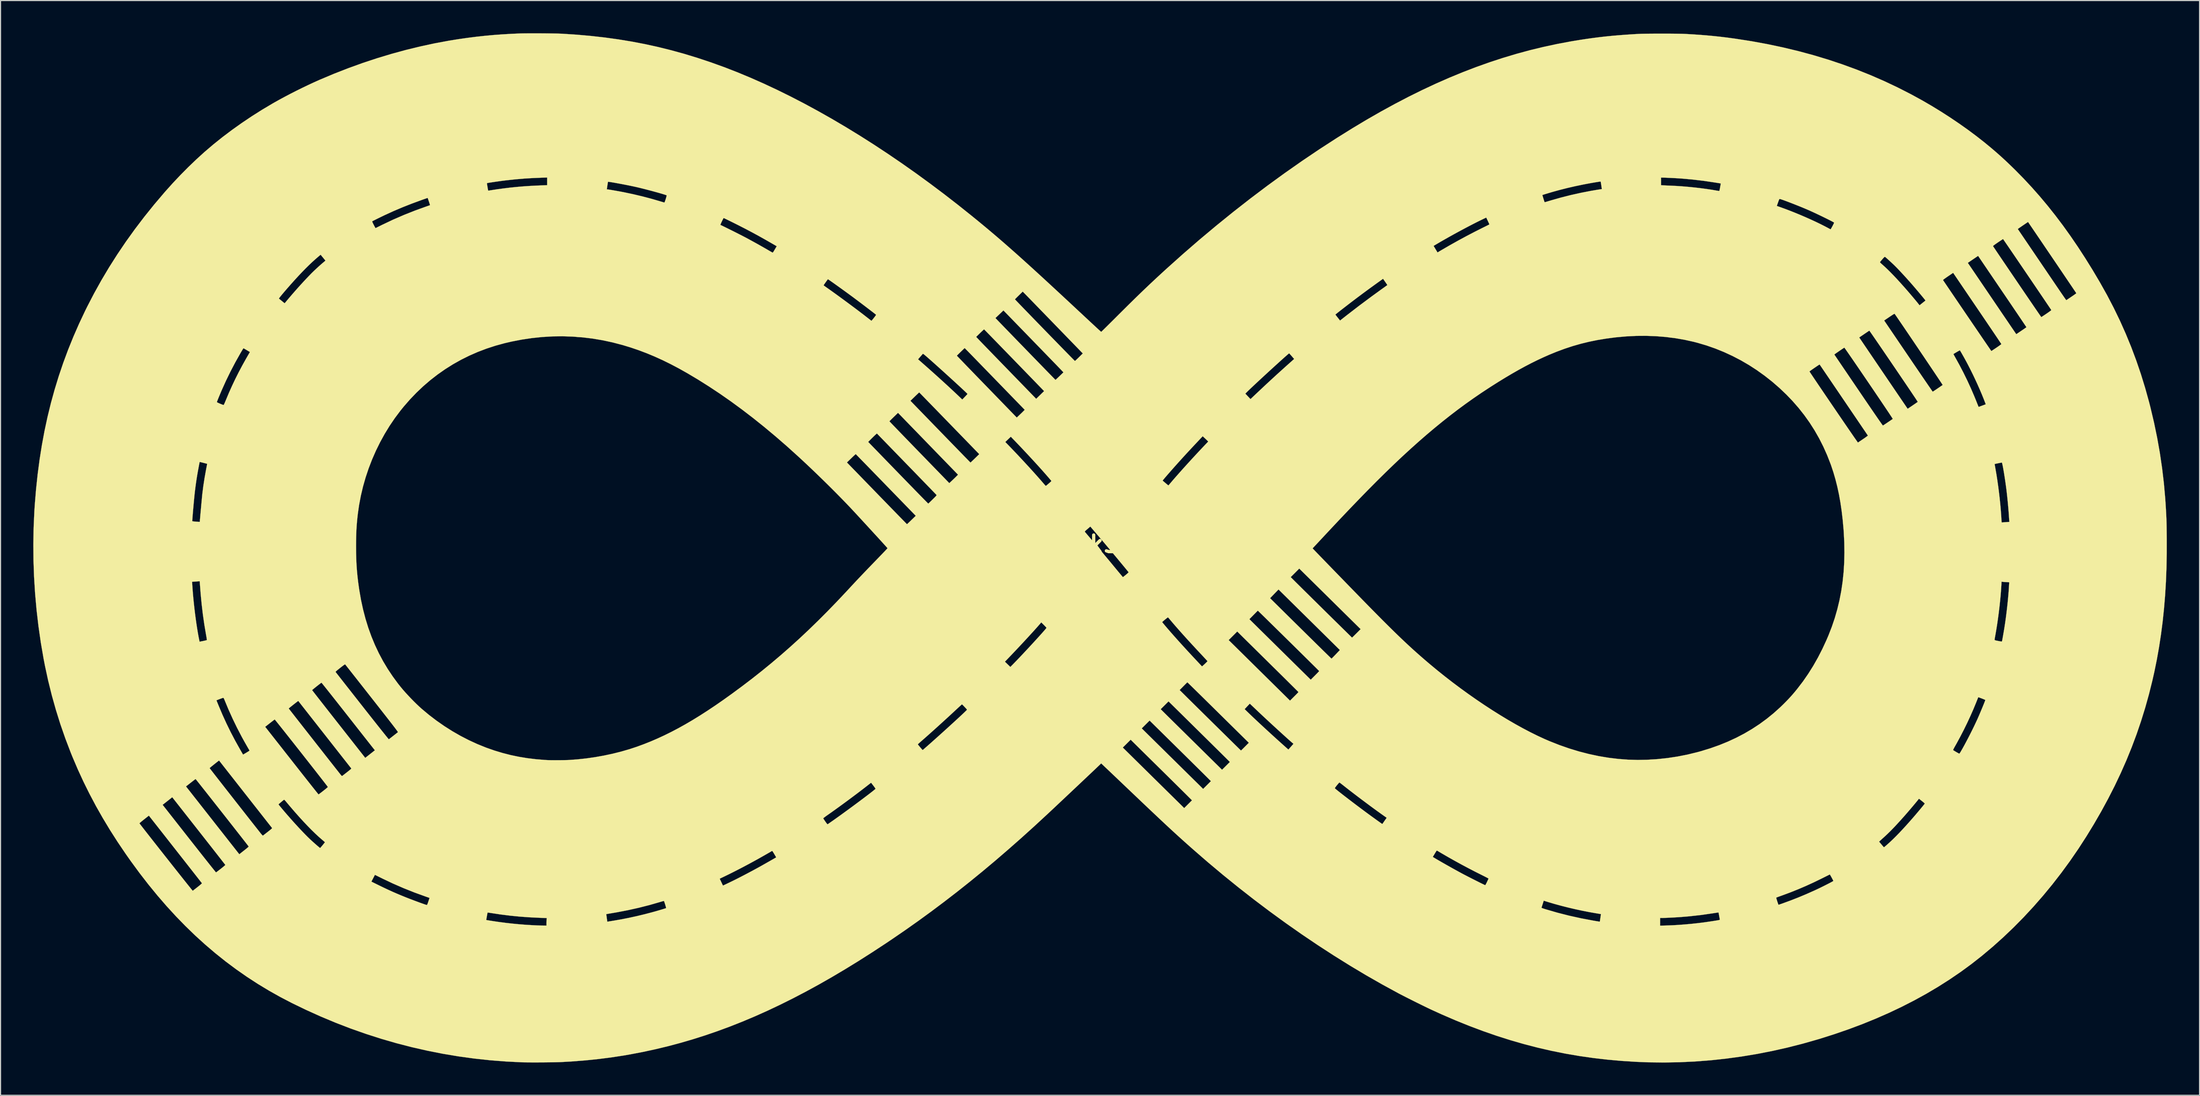
<source format=kicad_pcb>
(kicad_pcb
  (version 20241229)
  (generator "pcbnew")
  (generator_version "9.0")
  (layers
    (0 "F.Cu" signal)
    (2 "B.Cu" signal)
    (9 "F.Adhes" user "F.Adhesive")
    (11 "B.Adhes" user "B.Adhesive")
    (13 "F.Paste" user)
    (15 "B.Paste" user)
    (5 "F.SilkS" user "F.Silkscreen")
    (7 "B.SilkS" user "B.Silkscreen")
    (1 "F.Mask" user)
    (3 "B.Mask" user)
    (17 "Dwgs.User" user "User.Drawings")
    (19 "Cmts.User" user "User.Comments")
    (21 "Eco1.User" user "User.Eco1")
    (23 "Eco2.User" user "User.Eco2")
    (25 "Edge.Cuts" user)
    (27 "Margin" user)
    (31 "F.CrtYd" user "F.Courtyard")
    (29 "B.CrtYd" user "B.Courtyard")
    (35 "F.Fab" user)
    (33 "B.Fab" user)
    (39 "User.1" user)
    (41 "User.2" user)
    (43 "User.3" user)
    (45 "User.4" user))
  (footprint "F.SilkS_g28"
    (layer "F.Cu")
    (at 98.382 46.821)
    (property "Reference" "F.SilkS_g28" (at 0 0 0) (layer "F.SilkS") (effects (font (size 1.524 1.524) (thickness 0.3))))
    (attr through_hole)
    (fp_poly (pts (xy -52.213 -46.816) (xy -51.916 -46.815) (xy -51.618 -46.813) (xy -51.326 -46.811) (xy -51.044 -46.807) (xy -50.777 -46.803) (xy -50.53 -46.799) (xy -50.309 -46.794) (xy -50.118 -46.788) (xy -49.963 -46.782) (xy -49.922 -46.78) (xy -48.594 -46.694) (xy -47.295 -46.579) (xy -46.021 -46.436) (xy -44.769 -46.263) (xy -43.535 -46.06) (xy -42.314 -45.826) (xy -41.105 -45.56) (xy -39.902 -45.261) (xy -38.702 -44.929) (xy -37.503 -44.563) (xy -36.299 -44.162) (xy -35.088 -43.726) (xy -35.041 -43.709) (xy -33.852 -43.246) (xy -32.647 -42.745) (xy -31.429 -42.206) (xy -30.199 -41.63) (xy -28.958 -41.018) (xy -27.707 -40.37) (xy -26.447 -39.686) (xy -25.179 -38.969) (xy -23.906 -38.218) (xy -22.627 -37.435) (xy -21.344 -36.619) (xy -20.059 -35.772) (xy -18.772 -34.894) (xy -17.485 -33.987) (xy -16.199 -33.05) (xy -14.914 -32.085) (xy -13.633 -31.091) (xy -12.356 -30.071) (xy -12.224 -29.963) (xy -11.893 -29.694) (xy -11.569 -29.427) (xy -11.248 -29.162) (xy -10.93 -28.897) (xy -10.613 -28.63) (xy -10.295 -28.361) (xy -9.975 -28.088) (xy -9.651 -27.809) (xy -9.322 -27.523) (xy -8.986 -27.228) (xy -8.641 -26.924) (xy -8.285 -26.609) (xy -7.918 -26.281) (xy -7.538 -25.938) (xy -7.142 -25.581) (xy -6.73 -25.206) (xy -6.3 -24.813) (xy -5.85 -24.401) (xy -5.379 -23.967) (xy -4.885 -23.51) (xy -4.366 -23.03) (xy -3.821 -22.524) (xy -3.249 -21.992) (xy -2.784 -21.558) (xy -2.475 -21.27) (xy -2.195 -21.01) (xy -1.944 -20.775) (xy -1.719 -20.566) (xy -1.519 -20.379) (xy -1.342 -20.215) (xy -1.187 -20.071) (xy -1.053 -19.947) (xy -0.939 -19.841) (xy -0.841 -19.751) (xy -0.76 -19.676) (xy -0.693 -19.615) (xy -0.639 -19.566) (xy -0.597 -19.528) (xy -0.565 -19.501) (xy -0.541 -19.481) (xy -0.525 -19.468) (xy -0.514 -19.461) (xy -0.507 -19.458) (xy -0.503 -19.457) (xy -0.502 -19.458) (xy -0.485 -19.473) (xy -0.44 -19.517) (xy -0.369 -19.586) (xy -0.274 -19.679) (xy -0.157 -19.795) (xy -0.02 -19.93) (xy 0.135 -20.084) (xy 0.306 -20.254) (xy 0.491 -20.437) (xy 0.688 -20.633) (xy 0.895 -20.84) (xy 1.076 -21.02) (xy 1.094 -21.039) (xy 20.956 -21.039) (xy 20.968 -21.019) (xy 21.002 -20.972) (xy 21.054 -20.904) (xy 21.119 -20.82) (xy 21.169 -20.758) (xy 21.382 -20.488) (xy 21.391 -20.495) (xy 71.248 -20.495) (xy 73.463 -17.232) (xy 73.691 -16.897) (xy 73.912 -16.571) (xy 74.126 -16.257) (xy 74.332 -15.955) (xy 74.528 -15.668) (xy 74.712 -15.397) (xy 74.885 -15.145) (xy 75.044 -14.912) (xy 75.189 -14.701) (xy 75.317 -14.513) (xy 75.43 -14.35) (xy 75.524 -14.214) (xy 75.598 -14.106) (xy 75.653 -14.028) (xy 75.686 -13.983) (xy 75.696 -13.97) (xy 75.717 -13.981) (xy 75.769 -14.014) (xy 75.846 -14.063) (xy 75.943 -14.127) (xy 76.055 -14.203) (xy 76.152 -14.269) (xy 76.274 -14.351) (xy 76.383 -14.427) (xy 76.477 -14.491) (xy 76.549 -14.541) (xy 76.595 -14.573) (xy 76.609 -14.584) (xy 76.599 -14.603) (xy 76.566 -14.654) (xy 76.513 -14.736) (xy 76.44 -14.847) (xy 76.348 -14.984) (xy 76.24 -15.146) (xy 76.117 -15.331) (xy 75.98 -15.535) (xy 75.831 -15.758) (xy 75.67 -15.997) (xy 75.5 -16.25) (xy 75.322 -16.515) (xy 75.137 -16.789) (xy 74.947 -17.072) (xy 74.753 -17.36) (xy 74.715 -17.415) (xy 77.597 -17.415) (xy 77.607 -17.392) (xy 77.635 -17.34) (xy 77.676 -17.264) (xy 77.728 -17.172) (xy 77.758 -17.119) (xy 78.136 -16.437) (xy 78.507 -15.725) (xy 78.864 -14.997) (xy 79.201 -14.264) (xy 79.513 -13.538) (xy 79.643 -13.219) (xy 79.714 -13.042) (xy 79.77 -12.9) (xy 79.815 -12.79) (xy 79.848 -12.707) (xy 79.873 -12.649) (xy 79.89 -12.61) (xy 79.902 -12.587) (xy 79.909 -12.576) (xy 79.915 -12.574) (xy 79.92 -12.575) (xy 79.923 -12.577) (xy 79.948 -12.586) (xy 80.005 -12.608) (xy 80.088 -12.639) (xy 80.188 -12.676) (xy 80.249 -12.699) (xy 80.557 -12.814) (xy 80.513 -12.932) (xy 80.362 -13.322) (xy 80.192 -13.741) (xy 80.005 -14.179) (xy 79.806 -14.629) (xy 79.597 -15.084) (xy 79.383 -15.535) (xy 79.166 -15.974) (xy 78.951 -16.395) (xy 78.854 -16.579) (xy 78.773 -16.731) (xy 78.688 -16.887) (xy 78.602 -17.043) (xy 78.518 -17.194) (xy 78.437 -17.336) (xy 78.364 -17.465) (xy 78.3 -17.576) (xy 78.247 -17.664) (xy 78.209 -17.726) (xy 78.187 -17.756) (xy 78.184 -17.759) (xy 78.158 -17.749) (xy 78.106 -17.721) (xy 78.033 -17.681) (xy 77.948 -17.633) (xy 77.858 -17.58) (xy 77.771 -17.528) (xy 77.694 -17.482) (xy 77.635 -17.444) (xy 77.602 -17.42) (xy 77.597 -17.415) (xy 74.715 -17.415) (xy 74.556 -17.651) (xy 74.359 -17.944) (xy 74.161 -18.236) (xy 73.966 -18.525) (xy 73.774 -18.809) (xy 73.586 -19.086) (xy 73.404 -19.355) (xy 73.23 -19.611) (xy 73.065 -19.855) (xy 72.91 -20.083) (xy 72.766 -20.293) (xy 72.636 -20.484) (xy 72.521 -20.653) (xy 72.421 -20.799) (xy 72.339 -20.918) (xy 72.275 -21.009) (xy 72.232 -21.07) (xy 72.211 -21.099) (xy 72.21 -21.1) (xy 72.196 -21.105) (xy 72.172 -21.1) (xy 72.132 -21.081) (xy 72.074 -21.048) (xy 71.994 -20.997) (xy 71.887 -20.927) (xy 71.75 -20.835) (xy 71.716 -20.812) (xy 71.248 -20.495) (xy 21.391 -20.495) (xy 21.47 -20.559) (xy 21.511 -20.592) (xy 21.579 -20.646) (xy 21.67 -20.717) (xy 21.777 -20.802) (xy 21.896 -20.895) (xy 22.003 -20.979) (xy 23.126 -21.844) (xy 24.27 -22.696) (xy 25.104 -23.301) (xy 25.244 -23.402) (xy 25.374 -23.494) (xy 25.488 -23.576) (xy 25.583 -23.645) (xy 25.655 -23.697) (xy 25.7 -23.729) (xy 25.714 -23.74) (xy 25.705 -23.758) (xy 25.676 -23.805) (xy 25.629 -23.876) (xy 25.57 -23.963) (xy 25.522 -24.032) (xy 25.321 -24.318) (xy 24.71 -23.88) (xy 24.11 -23.446) (xy 23.517 -23.01) (xy 22.94 -22.579) (xy 22.414 -22.18) (xy 22.208 -22.022) (xy 22.01 -21.869) (xy 21.82 -21.723) (xy 21.642 -21.585) (xy 21.479 -21.458) (xy 21.333 -21.344) (xy 21.207 -21.244) (xy 21.104 -21.162) (xy 21.026 -21.099) (xy 20.975 -21.058) (xy 20.956 -21.039) (xy 20.956 -21.039) (xy 1.094 -21.039) (xy 1.5 -21.442) (xy 1.898 -21.838) (xy 2.275 -22.209) (xy 2.634 -22.561) (xy 2.98 -22.897) (xy 3.314 -23.22) (xy 3.643 -23.533) (xy 3.968 -23.842) (xy 4.295 -24.148) (xy 4.626 -24.457) (xy 4.966 -24.77) (xy 5.318 -25.093) (xy 5.482 -25.243) (xy 6.157 -25.847) (xy 70.864 -25.847) (xy 70.869 -25.827) (xy 70.891 -25.798) (xy 70.932 -25.754) (xy 70.999 -25.693) (xy 71.093 -25.61) (xy 71.329 -25.396) (xy 71.577 -25.161) (xy 71.838 -24.902) (xy 72.114 -24.618) (xy 72.408 -24.307) (xy 72.72 -23.965) (xy 73.054 -23.592) (xy 73.205 -23.421) (xy 73.354 -23.25) (xy 73.51 -23.07) (xy 73.668 -22.885) (xy 73.824 -22.701) (xy 73.973 -22.524) (xy 74.111 -22.359) (xy 74.233 -22.212) (xy 74.334 -22.087) (xy 74.387 -22.02) (xy 74.49 -21.888) (xy 74.758 -22.103) (xy 74.848 -22.175) (xy 74.927 -22.238) (xy 74.987 -22.286) (xy 75.024 -22.316) (xy 75.033 -22.323) (xy 75.023 -22.341) (xy 74.988 -22.388) (xy 74.931 -22.461) (xy 74.854 -22.556) (xy 74.76 -22.67) (xy 74.652 -22.801) (xy 74.532 -22.944) (xy 74.404 -23.097) (xy 74.268 -23.257) (xy 74.13 -23.42) (xy 73.99 -23.584) (xy 73.852 -23.744) (xy 73.718 -23.898) (xy 73.596 -24.037) (xy 73.449 -24.202) (xy 76.641 -24.202) (xy 76.658 -24.176) (xy 76.697 -24.118) (xy 76.757 -24.029) (xy 76.836 -23.912) (xy 76.933 -23.769) (xy 77.046 -23.602) (xy 77.174 -23.413) (xy 77.315 -23.205) (xy 77.469 -22.978) (xy 77.633 -22.737) (xy 77.806 -22.481) (xy 77.988 -22.214) (xy 78.175 -21.938) (xy 78.368 -21.655) (xy 78.564 -21.367) (xy 78.762 -21.075) (xy 78.961 -20.783) (xy 79.16 -20.492) (xy 79.355 -20.204) (xy 79.548 -19.922) (xy 79.735 -19.647) (xy 79.916 -19.382) (xy 80.089 -19.128) (xy 80.252 -18.888) (xy 80.405 -18.664) (xy 80.546 -18.458) (xy 80.673 -18.272) (xy 80.785 -18.109) (xy 80.881 -17.969) (xy 80.958 -17.856) (xy 81.017 -17.771) (xy 81.054 -17.717) (xy 81.07 -17.696) (xy 81.07 -17.695) (xy 81.09 -17.707) (xy 81.14 -17.739) (xy 81.216 -17.789) (xy 81.312 -17.853) (xy 81.425 -17.928) (xy 81.536 -18.003) (xy 81.658 -18.086) (xy 81.767 -18.163) (xy 81.86 -18.229) (xy 81.931 -18.282) (xy 81.975 -18.317) (xy 81.989 -18.332) (xy 81.977 -18.351) (xy 81.943 -18.404) (xy 81.887 -18.488) (xy 81.811 -18.602) (xy 81.716 -18.744) (xy 81.603 -18.913) (xy 81.473 -19.106) (xy 81.327 -19.322) (xy 81.167 -19.559) (xy 80.994 -19.815) (xy 80.808 -20.089) (xy 80.612 -20.38) (xy 80.406 -20.684) (xy 80.191 -21.001) (xy 79.969 -21.328) (xy 79.779 -21.608) (xy 77.569 -24.863) (xy 77.098 -24.544) (xy 76.96 -24.449) (xy 76.843 -24.366) (xy 76.749 -24.298) (xy 76.683 -24.246) (xy 76.647 -24.213) (xy 76.641 -24.202) (xy 73.449 -24.202) (xy 73.439 -24.213) (xy 73.272 -24.399) (xy 73.099 -24.588) (xy 72.925 -24.777) (xy 72.754 -24.96) (xy 72.592 -25.132) (xy 72.443 -25.289) (xy 72.311 -25.424) (xy 72.202 -25.533) (xy 72.186 -25.548) (xy 72.097 -25.633) (xy 71.993 -25.73) (xy 71.943 -25.777) (xy 78.914 -25.777) (xy 79.025 -25.615) (xy 79.049 -25.58) (xy 79.095 -25.512) (xy 79.163 -25.412) (xy 79.25 -25.284) (xy 79.356 -25.128) (xy 79.479 -24.947) (xy 79.618 -24.743) (xy 79.771 -24.517) (xy 79.937 -24.272) (xy 80.115 -24.01) (xy 80.304 -23.732) (xy 80.501 -23.441) (xy 80.707 -23.138) (xy 80.919 -22.825) (xy 81.111 -22.543) (xy 81.328 -22.223) (xy 81.54 -21.91) (xy 81.746 -21.607) (xy 81.943 -21.315) (xy 82.132 -21.037) (xy 82.311 -20.775) (xy 82.477 -20.53) (xy 82.631 -20.304) (xy 82.769 -20.099) (xy 82.892 -19.918) (xy 82.998 -19.763) (xy 83.086 -19.634) (xy 83.153 -19.536) (xy 83.199 -19.468) (xy 83.221 -19.436) (xy 83.356 -19.24) (xy 83.82 -19.553) (xy 83.944 -19.637) (xy 84.055 -19.713) (xy 84.15 -19.779) (xy 84.222 -19.831) (xy 84.269 -19.865) (xy 84.285 -19.88) (xy 84.273 -19.899) (xy 84.239 -19.951) (xy 84.183 -20.034) (xy 84.107 -20.148) (xy 84.012 -20.289) (xy 83.899 -20.457) (xy 83.769 -20.65) (xy 83.624 -20.865) (xy 83.464 -21.102) (xy 83.29 -21.358) (xy 83.105 -21.632) (xy 82.909 -21.922) (xy 82.703 -22.226) (xy 82.488 -22.542) (xy 82.266 -22.87) (xy 82.071 -23.156) (xy 79.857 -26.417) (xy 79.8 -26.38) (xy 79.767 -26.357) (xy 79.704 -26.315) (xy 79.618 -26.256) (xy 79.514 -26.186) (xy 79.398 -26.107) (xy 79.328 -26.06) (xy 78.914 -25.777) (xy 71.943 -25.777) (xy 71.88 -25.835) (xy 71.764 -25.942) (xy 71.65 -26.046) (xy 71.543 -26.142) (xy 71.45 -26.224) (xy 71.377 -26.287) (xy 71.329 -26.327) (xy 71.329 -26.327) (xy 71.312 -26.331) (xy 71.287 -26.321) (xy 71.252 -26.293) (xy 71.203 -26.245) (xy 71.137 -26.173) (xy 71.052 -26.076) (xy 70.946 -25.951) (xy 70.872 -25.863) (xy 70.864 -25.847) (xy 6.157 -25.847) (xy 6.983 -26.587) (xy 7.843 -27.332) (xy 29.954 -27.332) (xy 30.134 -27.032) (xy 30.314 -26.732) (xy 30.381 -26.772) (xy 30.423 -26.797) (xy 30.492 -26.839) (xy 30.582 -26.892) (xy 30.684 -26.952) (xy 30.734 -26.981) (xy 31.301 -27.31) (xy 81.226 -27.31) (xy 81.24 -27.288) (xy 81.276 -27.233) (xy 81.333 -27.148) (xy 81.409 -27.034) (xy 81.503 -26.894) (xy 81.614 -26.729) (xy 81.739 -26.543) (xy 81.879 -26.336) (xy 82.031 -26.112) (xy 82.193 -25.872) (xy 82.366 -25.618) (xy 82.546 -25.352) (xy 82.732 -25.077) (xy 82.924 -24.794) (xy 83.12 -24.506) (xy 83.318 -24.215) (xy 83.516 -23.923) (xy 83.714 -23.631) (xy 83.91 -23.343) (xy 84.103 -23.06) (xy 84.291 -22.784) (xy 84.472 -22.518) (xy 84.646 -22.263) (xy 84.811 -22.022) (xy 84.965 -21.796) (xy 85.107 -21.588) (xy 85.236 -21.4) (xy 85.35 -21.234) (xy 85.447 -21.093) (xy 85.527 -20.977) (xy 85.588 -20.89) (xy 85.628 -20.833) (xy 85.646 -20.808) (xy 85.647 -20.807) (xy 85.668 -20.819) (xy 85.719 -20.851) (xy 85.796 -20.9) (xy 85.893 -20.965) (xy 86.006 -21.04) (xy 86.119 -21.116) (xy 86.241 -21.2) (xy 86.35 -21.277) (xy 86.441 -21.343) (xy 86.511 -21.396) (xy 86.554 -21.433) (xy 86.566 -21.448) (xy 86.553 -21.469) (xy 86.518 -21.522) (xy 86.462 -21.607) (xy 86.386 -21.72) (xy 86.293 -21.859) (xy 86.182 -22.022) (xy 86.057 -22.208) (xy 85.918 -22.414) (xy 85.767 -22.638) (xy 85.604 -22.878) (xy 85.432 -23.132) (xy 85.252 -23.397) (xy 85.066 -23.672) (xy 84.874 -23.955) (xy 84.679 -24.243) (xy 84.481 -24.534) (xy 84.282 -24.826) (xy 84.084 -25.118) (xy 83.888 -25.407) (xy 83.695 -25.69) (xy 83.507 -25.967) (xy 83.325 -26.234) (xy 83.151 -26.49) (xy 82.986 -26.732) (xy 82.832 -26.959) (xy 82.689 -27.168) (xy 82.56 -27.357) (xy 82.445 -27.524) (xy 82.347 -27.667) (xy 82.266 -27.785) (xy 82.205 -27.874) (xy 82.163 -27.932) (xy 82.144 -27.959) (xy 82.143 -27.96) (xy 82.122 -27.949) (xy 82.071 -27.917) (xy 81.995 -27.867) (xy 81.897 -27.803) (xy 81.785 -27.728) (xy 81.671 -27.651) (xy 81.518 -27.545) (xy 81.398 -27.461) (xy 81.312 -27.396) (xy 81.256 -27.35) (xy 81.229 -27.32) (xy 81.226 -27.31) (xy 31.301 -27.31) (xy 31.458 -27.401) (xy 32.207 -27.82) (xy 32.966 -28.231) (xy 33.723 -28.626) (xy 34.402 -28.968) (xy 34.556 -29.044) (xy 34.697 -29.114) (xy 34.822 -29.176) (xy 34.925 -29.228) (xy 35.003 -29.267) (xy 35.05 -29.292) (xy 35.064 -29.3) (xy 35.058 -29.321) (xy 35.037 -29.374) (xy 35.003 -29.451) (xy 34.959 -29.547) (xy 34.926 -29.619) (xy 34.778 -29.928) (xy 34.486 -29.79) (xy 34.207 -29.655) (xy 33.896 -29.501) (xy 33.561 -29.33) (xy 33.205 -29.146) (xy 32.835 -28.951) (xy 32.455 -28.748) (xy 32.071 -28.54) (xy 31.688 -28.33) (xy 31.312 -28.12) (xy 30.948 -27.914) (xy 30.601 -27.715) (xy 30.276 -27.524) (xy 30.201 -27.48) (xy 29.954 -27.332) (xy 7.843 -27.332) (xy 8.502 -27.903) (xy 10.038 -29.188) (xy 11.587 -30.442) (xy 12.296 -30.996) (xy 61.41 -30.996) (xy 61.73 -30.883) (xy 62.172 -30.723) (xy 62.632 -30.548) (xy 63.102 -30.361) (xy 63.576 -30.165) (xy 64.048 -29.962) (xy 64.51 -29.756) (xy 64.957 -29.55) (xy 65.381 -29.346) (xy 65.776 -29.147) (xy 66.051 -29.003) (xy 66.148 -28.95) (xy 66.232 -28.906) (xy 66.296 -28.873) (xy 66.333 -28.855) (xy 66.338 -28.852) (xy 66.352 -28.869) (xy 66.358 -28.879) (xy 83.495 -28.879) (xy 85.534 -25.875) (xy 85.815 -25.46) (xy 86.074 -25.08) (xy 86.31 -24.731) (xy 86.526 -24.413) (xy 86.722 -24.125) (xy 86.899 -23.864) (xy 87.058 -23.63) (xy 87.2 -23.422) (xy 87.325 -23.237) (xy 87.436 -23.074) (xy 87.533 -22.933) (xy 87.617 -22.811) (xy 87.688 -22.707) (xy 87.748 -22.619) (xy 87.799 -22.548) (xy 87.84 -22.49) (xy 87.872 -22.444) (xy 87.898 -22.41) (xy 87.917 -22.385) (xy 87.93 -22.369) (xy 87.94 -22.359) (xy 87.946 -22.355) (xy 87.949 -22.355) (xy 87.951 -22.358) (xy 87.953 -22.362) (xy 87.955 -22.366) (xy 87.957 -22.368) (xy 87.982 -22.384) (xy 88.036 -22.42) (xy 88.115 -22.473) (xy 88.214 -22.54) (xy 88.328 -22.617) (xy 88.421 -22.68) (xy 88.541 -22.762) (xy 88.648 -22.836) (xy 88.738 -22.9) (xy 88.806 -22.95) (xy 88.847 -22.982) (xy 88.858 -22.993) (xy 88.846 -23.011) (xy 88.812 -23.062) (xy 88.757 -23.145) (xy 88.682 -23.256) (xy 88.589 -23.394) (xy 88.48 -23.557) (xy 88.355 -23.742) (xy 88.215 -23.948) (xy 88.063 -24.173) (xy 87.9 -24.414) (xy 87.727 -24.67) (xy 87.546 -24.939) (xy 87.357 -25.217) (xy 87.163 -25.505) (xy 86.964 -25.798) (xy 86.762 -26.096) (xy 86.559 -26.396) (xy 86.355 -26.696) (xy 86.153 -26.994) (xy 85.953 -27.289) (xy 85.758 -27.577) (xy 85.568 -27.858) (xy 85.384 -28.128) (xy 85.209 -28.386) (xy 85.043 -28.63) (xy 84.888 -28.858) (xy 84.745 -29.068) (xy 84.616 -29.257) (xy 84.503 -29.424) (xy 84.493 -29.437) (xy 84.432 -29.527) (xy 84.027 -29.252) (xy 83.907 -29.17) (xy 83.796 -29.094) (xy 83.699 -29.027) (xy 83.622 -28.974) (xy 83.572 -28.938) (xy 83.558 -28.928) (xy 83.495 -28.879) (xy 66.358 -28.879) (xy 66.382 -28.918) (xy 66.424 -28.991) (xy 66.475 -29.083) (xy 66.512 -29.152) (xy 66.565 -29.254) (xy 66.609 -29.344) (xy 66.641 -29.413) (xy 66.657 -29.457) (xy 66.658 -29.468) (xy 66.624 -29.492) (xy 66.556 -29.531) (xy 66.457 -29.585) (xy 66.331 -29.651) (xy 66.183 -29.726) (xy 66.015 -29.81) (xy 65.833 -29.9) (xy 65.639 -29.995) (xy 65.438 -30.092) (xy 65.234 -30.19) (xy 65.031 -30.286) (xy 64.832 -30.379) (xy 64.641 -30.467) (xy 64.462 -30.548) (xy 64.399 -30.576) (xy 64.225 -30.652) (xy 64.032 -30.734) (xy 63.826 -30.82) (xy 63.611 -30.909) (xy 63.389 -30.999) (xy 63.165 -31.088) (xy 62.943 -31.176) (xy 62.727 -31.26) (xy 62.521 -31.339) (xy 62.328 -31.412) (xy 62.153 -31.477) (xy 61.999 -31.533) (xy 61.871 -31.577) (xy 61.772 -31.609) (xy 61.705 -31.627) (xy 61.685 -31.63) (xy 61.665 -31.629) (xy 61.647 -31.618) (xy 61.629 -31.592) (xy 61.607 -31.546) (xy 61.578 -31.472) (xy 61.54 -31.367) (xy 61.522 -31.315) (xy 61.41 -30.996) (xy 12.296 -30.996) (xy 13.149 -31.663) (xy 13.588 -31.994) (xy 39.924 -31.994) (xy 39.928 -31.973) (xy 39.943 -31.92) (xy 39.966 -31.844) (xy 39.994 -31.751) (xy 40.025 -31.651) (xy 40.056 -31.551) (xy 40.085 -31.46) (xy 40.11 -31.386) (xy 40.121 -31.354) (xy 40.137 -31.341) (xy 40.175 -31.344) (xy 40.232 -31.36) (xy 40.285 -31.376) (xy 40.37 -31.402) (xy 40.478 -31.434) (xy 40.6 -31.471) (xy 40.714 -31.505) (xy 41.608 -31.759) (xy 42.52 -31.99) (xy 43.438 -32.195) (xy 44.351 -32.373) (xy 44.938 -32.473) (xy 45.374 -32.542) (xy 45.323 -32.881) (xy 45.321 -32.897) (xy 50.8 -32.897) (xy 50.975 -32.885) (xy 51.044 -32.881) (xy 51.148 -32.876) (xy 51.278 -32.87) (xy 51.426 -32.864) (xy 51.586 -32.857) (xy 51.721 -32.851) (xy 52.236 -32.826) (xy 52.774 -32.789) (xy 53.324 -32.742) (xy 53.878 -32.686) (xy 54.426 -32.623) (xy 54.958 -32.552) (xy 55.465 -32.476) (xy 55.869 -32.407) (xy 55.962 -32.39) (xy 56.042 -32.377) (xy 56.098 -32.368) (xy 56.116 -32.366) (xy 56.132 -32.373) (xy 56.147 -32.398) (xy 56.162 -32.449) (xy 56.18 -32.531) (xy 56.198 -32.623) (xy 56.217 -32.732) (xy 56.236 -32.834) (xy 56.251 -32.918) (xy 56.26 -32.969) (xy 56.275 -33.055) (xy 55.723 -33.144) (xy 54.723 -33.292) (xy 53.734 -33.41) (xy 52.739 -33.5) (xy 52.345 -33.528) (xy 52.223 -33.535) (xy 52.077 -33.543) (xy 51.914 -33.552) (xy 51.742 -33.56) (xy 51.568 -33.568) (xy 51.399 -33.575) (xy 51.242 -33.582) (xy 51.105 -33.587) (xy 50.995 -33.59) (xy 50.919 -33.591) (xy 50.911 -33.591) (xy 50.8 -33.592) (xy 50.8 -32.897) (xy 45.321 -32.897) (xy 45.306 -32.996) (xy 45.29 -33.095) (xy 45.277 -33.171) (xy 45.268 -33.218) (xy 45.264 -33.229) (xy 45.24 -33.229) (xy 45.18 -33.222) (xy 45.087 -33.209) (xy 44.967 -33.19) (xy 44.824 -33.167) (xy 44.664 -33.14) (xy 44.491 -33.11) (xy 44.31 -33.078) (xy 44.126 -33.044) (xy 43.943 -33.01) (xy 43.766 -32.976) (xy 43.667 -32.957) (xy 42.914 -32.8) (xy 42.189 -32.633) (xy 41.479 -32.452) (xy 40.936 -32.303) (xy 40.808 -32.266) (xy 40.669 -32.225) (xy 40.527 -32.183) (xy 40.387 -32.141) (xy 40.256 -32.101) (xy 40.138 -32.065) (xy 40.041 -32.034) (xy 39.969 -32.011) (xy 39.93 -31.996) (xy 39.924 -31.994) (xy 13.588 -31.994) (xy 14.722 -32.85) (xy 16.304 -34) (xy 17.893 -35.114) (xy 19.488 -36.19) (xy 21.086 -37.225) (xy 22.534 -38.127) (xy 23.832 -38.904) (xy 25.117 -39.641) (xy 26.392 -40.339) (xy 27.657 -40.999) (xy 28.913 -41.62) (xy 30.161 -42.204) (xy 31.404 -42.75) (xy 32.641 -43.259) (xy 33.875 -43.733) (xy 35.106 -44.17) (xy 36.335 -44.572) (xy 37.565 -44.94) (xy 38.795 -45.273) (xy 40.028 -45.572) (xy 41.264 -45.838) (xy 42.506 -46.071) (xy 42.736 -46.11) (xy 43.361 -46.213) (xy 43.966 -46.305) (xy 44.56 -46.388) (xy 45.149 -46.463) (xy 45.74 -46.53) (xy 46.34 -46.59) (xy 46.956 -46.643) (xy 47.595 -46.691) (xy 48.265 -46.735) (xy 48.726 -46.761) (xy 48.86 -46.767) (xy 49.032 -46.773) (xy 49.237 -46.777) (xy 49.47 -46.781) (xy 49.727 -46.784) (xy 50.002 -46.786) (xy 50.291 -46.788) (xy 50.59 -46.789) (xy 50.893 -46.789) (xy 51.196 -46.789) (xy 51.493 -46.788) (xy 51.782 -46.786) (xy 52.055 -46.783) (xy 52.31 -46.78) (xy 52.541 -46.776) (xy 52.743 -46.772) (xy 52.912 -46.766) (xy 53.023 -46.761) (xy 53.716 -46.721) (xy 54.375 -46.676) (xy 55.01 -46.625) (xy 55.628 -46.567) (xy 56.239 -46.502) (xy 56.851 -46.428) (xy 57.472 -46.344) (xy 57.637 -46.321) (xy 59.103 -46.092) (xy 60.546 -45.827) (xy 61.965 -45.527) (xy 63.361 -45.192) (xy 64.734 -44.822) (xy 66.084 -44.416) (xy 67.41 -43.974) (xy 68.714 -43.498) (xy 69.994 -42.986) (xy 71.251 -42.438) (xy 72.485 -41.855) (xy 73.696 -41.237) (xy 74.74 -40.666) (xy 75.6 -40.166) (xy 76.454 -39.643) (xy 77.295 -39.102) (xy 78.118 -38.546) (xy 78.919 -37.979) (xy 79.692 -37.403) (xy 80.432 -36.823) (xy 81.037 -36.325) (xy 81.378 -36.034) (xy 81.7 -35.753) (xy 82.011 -35.475) (xy 82.318 -35.193) (xy 82.629 -34.9) (xy 82.953 -34.588) (xy 83.256 -34.291) (xy 84.023 -33.512) (xy 84.773 -32.707) (xy 85.508 -31.875) (xy 86.23 -31.013) (xy 86.939 -30.121) (xy 87.637 -29.197) (xy 88.324 -28.238) (xy 89.003 -27.244) (xy 89.673 -26.213) (xy 90.338 -25.143) (xy 90.997 -24.032) (xy 91.034 -23.967) (xy 91.681 -22.813) (xy 92.288 -21.647) (xy 92.858 -20.47) (xy 93.39 -19.277) (xy 93.887 -18.067) (xy 94.347 -16.839) (xy 94.774 -15.59) (xy 95.166 -14.317) (xy 95.526 -13.02) (xy 95.65 -12.536) (xy 95.98 -11.139) (xy 96.268 -9.746) (xy 96.515 -8.353) (xy 96.72 -6.96) (xy 96.885 -5.564) (xy 97.009 -4.164) (xy 97.059 -3.397) (xy 97.074 -3.136) (xy 97.087 -2.902) (xy 97.098 -2.688) (xy 97.108 -2.489) (xy 97.116 -2.298) (xy 97.122 -2.11) (xy 97.128 -1.92) (xy 97.133 -1.72) (xy 97.137 -1.506) (xy 97.14 -1.272) (xy 97.143 -1.011) (xy 97.146 -0.718) (xy 97.148 -0.476) (xy 97.147 0.86) (xy 97.122 2.165) (xy 97.072 3.439) (xy 96.997 4.685) (xy 96.896 5.906) (xy 96.771 7.104) (xy 96.619 8.28) (xy 96.442 9.438) (xy 96.239 10.58) (xy 96.01 11.708) (xy 95.831 12.499) (xy 95.518 13.757) (xy 95.172 14.997) (xy 94.793 16.22) (xy 94.381 17.429) (xy 93.933 18.626) (xy 93.45 19.813) (xy 92.93 20.991) (xy 92.373 22.165) (xy 91.777 23.334) (xy 91.142 24.503) (xy 90.467 25.672) (xy 89.793 26.776) (xy 89.053 27.921) (xy 88.284 29.04) (xy 87.487 30.13) (xy 86.663 31.192) (xy 85.813 32.224) (xy 84.938 33.225) (xy 84.039 34.194) (xy 83.116 35.13) (xy 82.172 36.031) (xy 81.206 36.897) (xy 80.22 37.726) (xy 80.193 37.748) (xy 79.24 38.496) (xy 78.256 39.216) (xy 77.24 39.909) (xy 76.193 40.575) (xy 75.115 41.214) (xy 74.004 41.825) (xy 72.862 42.409) (xy 71.688 42.966) (xy 70.481 43.496) (xy 69.242 44) (xy 67.971 44.476) (xy 66.667 44.926) (xy 65.33 45.349) (xy 65.224 45.381) (xy 63.819 45.782) (xy 62.41 46.142) (xy 60.998 46.46) (xy 59.584 46.737) (xy 58.167 46.971) (xy 56.749 47.164) (xy 55.33 47.316) (xy 53.91 47.425) (xy 52.491 47.492) (xy 51.072 47.517) (xy 49.655 47.501) (xy 48.503 47.456) (xy 47.181 47.371) (xy 45.875 47.255) (xy 44.583 47.104) (xy 43.303 46.921) (xy 42.033 46.703) (xy 40.771 46.45) (xy 39.515 46.161) (xy 38.262 45.837) (xy 37.01 45.476) (xy 35.757 45.079) (xy 34.502 44.643) (xy 33.241 44.17) (xy 31.972 43.658) (xy 30.694 43.106) (xy 29.76 42.681) (xy 29.6 42.606) (xy 29.408 42.514) (xy 29.19 42.408) (xy 28.951 42.292) (xy 28.697 42.166) (xy 28.433 42.036) (xy 28.165 41.903) (xy 27.899 41.769) (xy 27.64 41.639) (xy 27.394 41.515) (xy 27.166 41.398) (xy 26.962 41.294) (xy 26.788 41.203) (xy 26.723 41.168) (xy 25.248 40.364) (xy 23.77 39.52) (xy 22.291 38.636) (xy 20.813 37.714) (xy 19.337 36.756) (xy 17.866 35.763) (xy 16.403 34.737) (xy 14.948 33.678) (xy 14.479 33.325) (xy 39.844 33.325) (xy 39.856 33.34) (xy 39.901 33.363) (xy 39.981 33.393) (xy 40.099 33.433) (xy 40.221 33.471) (xy 41.277 33.778) (xy 42.361 34.055) (xy 43.47 34.3) (xy 44.601 34.513) (xy 44.895 34.563) (xy 45.011 34.582) (xy 45.092 34.595) (xy 45.144 34.602) (xy 45.174 34.604) (xy 45.187 34.602) (xy 45.191 34.596) (xy 45.191 34.592) (xy 45.194 34.566) (xy 45.203 34.507) (xy 45.216 34.42) (xy 45.232 34.314) (xy 45.238 34.269) (xy 50.715 34.269) (xy 50.715 34.974) (xy 51.239 34.96) (xy 51.424 34.954) (xy 51.633 34.946) (xy 51.849 34.937) (xy 52.056 34.926) (xy 52.239 34.916) (xy 52.261 34.914) (xy 52.933 34.866) (xy 53.578 34.808) (xy 54.211 34.739) (xy 54.847 34.658) (xy 55.501 34.562) (xy 55.705 34.53) (xy 55.86 34.505) (xy 55.979 34.485) (xy 56.066 34.469) (xy 56.125 34.456) (xy 56.162 34.445) (xy 56.181 34.433) (xy 56.187 34.421) (xy 56.186 34.408) (xy 56.179 34.372) (xy 56.166 34.303) (xy 56.149 34.21) (xy 56.129 34.103) (xy 56.124 34.07) (xy 56.104 33.964) (xy 56.087 33.874) (xy 56.074 33.807) (xy 56.065 33.772) (xy 56.064 33.768) (xy 56.042 33.769) (xy 55.984 33.776) (xy 55.896 33.788) (xy 55.786 33.805) (xy 55.658 33.825) (xy 55.603 33.834) (xy 54.486 33.996) (xy 53.357 34.121) (xy 52.61 34.183) (xy 52.412 34.197) (xy 52.2 34.21) (xy 51.981 34.223) (xy 51.76 34.235) (xy 51.547 34.245) (xy 51.346 34.254) (xy 51.164 34.261) (xy 51.01 34.266) (xy 50.888 34.269) (xy 50.858 34.269) (xy 50.715 34.269) (xy 45.238 34.269) (xy 45.242 34.248) (xy 45.259 34.136) (xy 45.273 34.039) (xy 45.283 33.966) (xy 45.288 33.924) (xy 45.289 33.916) (xy 45.268 33.912) (xy 45.211 33.901) (xy 45.125 33.887) (xy 45.015 33.868) (xy 44.887 33.846) (xy 44.82 33.836) (xy 44.202 33.727) (xy 43.567 33.602) (xy 42.923 33.463) (xy 42.28 33.312) (xy 41.646 33.151) (xy 41.031 32.983) (xy 40.444 32.809) (xy 40.106 32.703) (xy 40.049 32.684) (xy 39.952 32.991) (xy 39.917 33.1) (xy 39.886 33.195) (xy 39.862 33.27) (xy 39.847 33.315) (xy 39.844 33.325) (xy 14.479 33.325) (xy 13.504 32.589) (xy 13.269 32.406) (xy 61.356 32.406) (xy 61.358 32.428) (xy 61.371 32.483) (xy 61.393 32.56) (xy 61.421 32.653) (xy 61.452 32.752) (xy 61.485 32.85) (xy 61.515 32.938) (xy 61.541 33.008) (xy 61.56 33.052) (xy 61.567 33.062) (xy 61.59 33.056) (xy 61.645 33.037) (xy 61.727 33.009) (xy 61.83 32.973) (xy 61.93 32.938) (xy 62.657 32.672) (xy 63.371 32.393) (xy 64.086 32.094) (xy 64.814 31.771) (xy 64.929 31.719) (xy 65.073 31.651) (xy 65.23 31.577) (xy 65.396 31.497) (xy 65.566 31.413) (xy 65.736 31.329) (xy 65.902 31.245) (xy 66.06 31.165) (xy 66.205 31.091) (xy 66.333 31.024) (xy 66.439 30.967) (xy 66.52 30.921) (xy 66.572 30.89) (xy 66.589 30.875) (xy 66.58 30.847) (xy 66.554 30.792) (xy 66.515 30.718) (xy 66.47 30.632) (xy 66.42 30.541) (xy 66.371 30.453) (xy 66.327 30.377) (xy 66.292 30.319) (xy 66.27 30.287) (xy 66.265 30.284) (xy 66.243 30.294) (xy 66.188 30.321) (xy 66.104 30.363) (xy 65.994 30.417) (xy 65.864 30.482) (xy 65.717 30.555) (xy 65.557 30.635) (xy 65.537 30.645) (xy 64.803 31.002) (xy 64.084 31.331) (xy 63.37 31.637) (xy 62.65 31.925) (xy 61.912 32.199) (xy 61.807 32.237) (xy 61.679 32.283) (xy 61.564 32.324) (xy 61.469 32.36) (xy 61.399 32.387) (xy 61.361 32.403) (xy 61.356 32.406) (xy 13.269 32.406) (xy 12.072 31.47) (xy 10.656 30.324) (xy 9.257 29.151) (xy 8.702 28.67) (xy 29.883 28.67) (xy 29.93 28.702) (xy 29.993 28.742) (xy 30.088 28.8) (xy 30.213 28.875) (xy 30.364 28.963) (xy 30.535 29.062) (xy 30.725 29.171) (xy 30.928 29.287) (xy 31.141 29.408) (xy 31.36 29.531) (xy 31.58 29.655) (xy 31.799 29.777) (xy 32.012 29.895) (xy 32.216 30.007) (xy 32.405 30.11) (xy 32.523 30.174) (xy 32.638 30.235) (xy 32.774 30.307) (xy 32.928 30.386) (xy 33.095 30.473) (xy 33.272 30.563) (xy 33.453 30.656) (xy 33.637 30.749) (xy 33.817 30.84) (xy 33.991 30.927) (xy 34.154 31.009) (xy 34.302 31.083) (xy 34.432 31.146) (xy 34.539 31.198) (xy 34.619 31.236) (xy 34.668 31.258) (xy 34.683 31.263) (xy 34.7 31.245) (xy 34.731 31.195) (xy 34.772 31.12) (xy 34.82 31.025) (xy 34.848 30.967) (xy 34.896 30.864) (xy 34.937 30.775) (xy 34.968 30.706) (xy 34.985 30.664) (xy 34.988 30.655) (xy 34.969 30.642) (xy 34.917 30.613) (xy 34.835 30.57) (xy 34.727 30.514) (xy 34.599 30.448) (xy 34.452 30.375) (xy 34.293 30.295) (xy 34.273 30.285) (xy 33.695 29.994) (xy 33.096 29.682) (xy 32.486 29.357) (xy 31.878 29.023) (xy 31.282 28.687) (xy 30.711 28.356) (xy 30.513 28.239) (xy 30.421 28.184) (xy 30.341 28.138) (xy 30.282 28.105) (xy 30.25 28.089) (xy 30.246 28.088) (xy 30.231 28.105) (xy 30.198 28.153) (xy 30.152 28.225) (xy 30.096 28.315) (xy 30.058 28.379) (xy 29.883 28.67) (xy 8.702 28.67) (xy 7.948 28.015) (xy 7.72 27.814) (xy 7.499 27.618) (xy 7.283 27.426) (xy 7.112 27.273) (xy 70.782 27.273) (xy 70.999 27.531) (xy 71.073 27.619) (xy 71.138 27.694) (xy 71.188 27.751) (xy 71.219 27.784) (xy 71.227 27.79) (xy 71.246 27.778) (xy 71.291 27.741) (xy 71.358 27.686) (xy 71.44 27.615) (xy 71.523 27.543) (xy 71.783 27.31) (xy 72.054 27.053) (xy 72.339 26.771) (xy 72.639 26.463) (xy 72.956 26.125) (xy 73.293 25.757) (xy 73.65 25.356) (xy 73.779 25.208) (xy 73.901 25.069) (xy 74.028 24.922) (xy 74.158 24.77) (xy 74.287 24.617) (xy 74.414 24.467) (xy 74.535 24.323) (xy 74.646 24.189) (xy 74.746 24.068) (xy 74.83 23.964) (xy 74.897 23.88) (xy 74.943 23.82) (xy 74.965 23.788) (xy 74.966 23.785) (xy 74.952 23.764) (xy 74.91 23.722) (xy 74.845 23.664) (xy 74.763 23.596) (xy 74.704 23.549) (xy 74.438 23.339) (xy 74.372 23.422) (xy 74.267 23.552) (xy 74.138 23.708) (xy 73.992 23.884) (xy 73.833 24.073) (xy 73.666 24.27) (xy 73.496 24.469) (xy 73.328 24.663) (xy 73.167 24.848) (xy 73.019 25.016) (xy 73.016 25.019) (xy 72.73 25.338) (xy 72.466 25.627) (xy 72.222 25.89) (xy 71.992 26.129) (xy 71.775 26.349) (xy 71.566 26.553) (xy 71.362 26.745) (xy 71.227 26.869) (xy 71.129 26.957) (xy 71.036 27.041) (xy 70.955 27.114) (xy 70.893 27.171) (xy 70.862 27.199) (xy 70.782 27.273) (xy 7.112 27.273) (xy 7.071 27.236) (xy 6.86 27.046) (xy 6.648 26.855) (xy 6.434 26.66) (xy 6.216 26.461) (xy 5.992 26.255) (xy 5.76 26.041) (xy 5.519 25.817) (xy 5.266 25.581) (xy 5 25.332) (xy 4.719 25.068) (xy 4.421 24.787) (xy 4.104 24.488) (xy 3.766 24.169) (xy 3.406 23.827) (xy 3.022 23.462) (xy 2.612 23.072) (xy 2.174 22.655) (xy 1.989 22.479) (xy 1.771 22.271) (xy 1.549 22.06) (xy 1.329 21.85) (xy 1.112 21.644) (xy 0.904 21.445) (xy 0.706 21.257) (xy 0.523 21.084) (xy 0.359 20.927) (xy 0.217 20.792) (xy 0.1 20.681) (xy 0.056 20.639) (xy -0.511 20.102) (xy -0.663 20.25) (xy -0.713 20.298) (xy -0.792 20.373) (xy -0.897 20.473) (xy -1.026 20.596) (xy -1.177 20.739) (xy -1.348 20.901) (xy -1.537 21.08) (xy -1.741 21.272) (xy -1.958 21.477) (xy -2.186 21.693) (xy -2.422 21.916) (xy -2.666 22.146) (xy -2.913 22.379) (xy -3.162 22.614) (xy -3.412 22.849) (xy -3.659 23.082) (xy -3.901 23.31) (xy -4.137 23.532) (xy -4.363 23.745) (xy -4.578 23.947) (xy -4.78 24.137) (xy -4.966 24.312) (xy -5.135 24.47) (xy -5.283 24.608) (xy -5.409 24.726) (xy -5.44 24.755) (xy -6.653 25.875) (xy -7.853 26.958) (xy -9.042 28.005) (xy -10.222 29.021) (xy -11.396 30.005) (xy -12.568 30.961) (xy -13.738 31.89) (xy -14.911 32.794) (xy -16.088 33.677) (xy -17.272 34.539) (xy -18.466 35.383) (xy -19.673 36.21) (xy -20.246 36.595) (xy -21.509 37.424) (xy -22.755 38.217) (xy -23.984 38.972) (xy -25.198 39.692) (xy -26.398 40.376) (xy -27.586 41.025) (xy -28.764 41.64) (xy -29.931 42.221) (xy -31.09 42.769) (xy -32.243 43.285) (xy -33.389 43.768) (xy -34.532 44.22) (xy -35.672 44.641) (xy -36.81 45.032) (xy -37.948 45.393) (xy -39.087 45.725) (xy -40.229 46.029) (xy -41.375 46.304) (xy -42.526 46.553) (xy -43.684 46.774) (xy -44.312 46.883) (xy -45.456 47.057) (xy -46.623 47.205) (xy -47.816 47.327) (xy -49.039 47.422) (xy -50.017 47.478) (xy -50.152 47.483) (xy -50.324 47.488) (xy -50.528 47.493) (xy -50.758 47.497) (xy -51.01 47.5) (xy -51.277 47.503) (xy -51.555 47.506) (xy -51.838 47.507) (xy -52.12 47.509) (xy -52.398 47.509) (xy -52.664 47.509) (xy -52.915 47.508) (xy -53.144 47.506) (xy -53.346 47.504) (xy -53.517 47.501) (xy -53.626 47.497) (xy -55.084 47.424) (xy -56.537 47.31) (xy -57.983 47.153) (xy -59.423 46.955) (xy -60.855 46.715) (xy -62.28 46.433) (xy -63.698 46.11) (xy -65.108 45.746) (xy -66.509 45.34) (xy -67.902 44.893) (xy -69.286 44.406) (xy -70.66 43.877) (xy -72.025 43.307) (xy -73.38 42.696) (xy -74.664 42.075) (xy -75.733 41.519) (xy -76.779 40.932) (xy -77.804 40.312) (xy -78.808 39.659) (xy -79.791 38.973) (xy -80.755 38.253) (xy -81.7 37.498) (xy -82.626 36.708) (xy -83.535 35.883) (xy -84.426 35.021) (xy -84.979 34.453) (xy -56.866 34.453) (xy -56.844 34.459) (xy -56.785 34.47) (xy -56.696 34.485) (xy -56.581 34.504) (xy -56.446 34.526) (xy -56.297 34.549) (xy -56.139 34.573) (xy -55.978 34.597) (xy -55.819 34.621) (xy -55.7 34.637) (xy -55.101 34.716) (xy -54.486 34.785) (xy -53.87 34.844) (xy -53.265 34.892) (xy -52.737 34.924) (xy -52.595 34.932) (xy -52.461 34.939) (xy -52.342 34.945) (xy -52.246 34.95) (xy -52.183 34.953) (xy -52.176 34.953) (xy -52.114 34.956) (xy -52.021 34.958) (xy -51.906 34.96) (xy -51.779 34.962) (xy -51.705 34.963) (xy -51.35 34.967) (xy -51.35 34.748) (xy -51.349 34.639) (xy -51.345 34.53) (xy -51.34 34.437) (xy -51.337 34.403) (xy -51.324 34.278) (xy -52.02 34.252) (xy -52.919 34.208) (xy -53.793 34.145) (xy -54.652 34.061) (xy -55.508 33.954) (xy -55.747 33.919) (xy -45.864 33.919) (xy -45.863 33.941) (xy -45.857 33.997) (xy -45.847 34.082) (xy -45.833 34.187) (xy -45.822 34.267) (xy -45.774 34.61) (xy -45.7 34.598) (xy -45.657 34.592) (xy -45.58 34.579) (xy -45.475 34.563) (xy -45.351 34.542) (xy -45.214 34.52) (xy -45.159 34.511) (xy -44.476 34.392) (xy -43.771 34.252) (xy -43.058 34.096) (xy -42.349 33.925) (xy -41.658 33.744) (xy -41.444 33.684) (xy -41.245 33.628) (xy -41.056 33.573) (xy -40.883 33.522) (xy -40.729 33.476) (xy -40.598 33.436) (xy -40.495 33.403) (xy -40.423 33.379) (xy -40.386 33.364) (xy -40.383 33.362) (xy -40.385 33.339) (xy -40.399 33.285) (xy -40.42 33.207) (xy -40.447 33.114) (xy -40.477 33.015) (xy -40.508 32.917) (xy -40.537 32.829) (xy -40.561 32.761) (xy -40.577 32.719) (xy -40.582 32.711) (xy -40.605 32.713) (xy -40.661 32.727) (xy -40.744 32.749) (xy -40.847 32.779) (xy -40.939 32.806) (xy -41.9 33.083) (xy -42.887 33.334) (xy -43.891 33.558) (xy -44.903 33.752) (xy -45.265 33.814) (xy -45.418 33.84) (xy -45.556 33.863) (xy -45.676 33.884) (xy -45.77 33.9) (xy -45.834 33.912) (xy -45.863 33.918) (xy -45.864 33.919) (xy -55.747 33.919) (xy -56.3 33.836) (xy -56.431 33.816) (xy -56.546 33.798) (xy -56.641 33.785) (xy -56.709 33.776) (xy -56.743 33.773) (xy -56.745 33.774) (xy -56.751 33.795) (xy -56.762 33.85) (xy -56.778 33.929) (xy -56.795 34.024) (xy -56.813 34.127) (xy -56.831 34.228) (xy -56.847 34.32) (xy -56.859 34.394) (xy -56.865 34.441) (xy -56.866 34.453) (xy -84.979 34.453) (xy -85.3 34.123) (xy -86.159 33.187) (xy -87.002 32.213) (xy -87.83 31.201) (xy -88.644 30.15) (xy -89.445 29.059) (xy -89.905 28.406) (xy -90.648 27.307) (xy -91.35 26.21) (xy -91.722 25.592) (xy -88.651 25.592) (xy -88.637 25.614) (xy -88.598 25.666) (xy -88.536 25.747) (xy -88.453 25.855) (xy -88.35 25.988) (xy -88.229 26.144) (xy -88.091 26.321) (xy -87.937 26.517) (xy -87.77 26.73) (xy -87.591 26.958) (xy -87.402 27.199) (xy -87.204 27.451) (xy -86.998 27.712) (xy -86.787 27.981) (xy -86.571 28.254) (xy -86.353 28.531) (xy -86.134 28.808) (xy -85.915 29.085) (xy -85.699 29.359) (xy -85.486 29.628) (xy -85.279 29.89) (xy -85.078 30.143) (xy -84.886 30.385) (xy -84.703 30.615) (xy -84.533 30.83) (xy -84.375 31.028) (xy -84.232 31.207) (xy -84.105 31.365) (xy -83.996 31.501) (xy -83.907 31.612) (xy -83.838 31.696) (xy -83.792 31.751) (xy -83.77 31.776) (xy -83.769 31.777) (xy -83.746 31.761) (xy -83.696 31.722) (xy -83.621 31.664) (xy -83.527 31.592) (xy -83.42 31.508) (xy -83.329 31.436) (xy -83.203 31.337) (xy -83.097 31.25) (xy -83.014 31.178) (xy -82.956 31.125) (xy -82.927 31.093) (xy -82.925 31.085) (xy -82.939 31.067) (xy -82.978 31.018) (xy -83.039 30.939) (xy -83.04 30.938) (xy -67.394 30.938) (xy -66.722 31.269) (xy -66.293 31.477) (xy -65.888 31.668) (xy -65.499 31.846) (xy -65.114 32.015) (xy -64.722 32.18) (xy -64.314 32.347) (xy -64.224 32.383) (xy -64.055 32.449) (xy -63.873 32.52) (xy -63.684 32.592) (xy -63.49 32.665) (xy -63.297 32.737) (xy -63.11 32.807) (xy -62.932 32.872) (xy -62.767 32.931) (xy -62.622 32.982) (xy -62.499 33.025) (xy -62.403 33.056) (xy -62.339 33.076) (xy -62.314 33.081) (xy -62.297 33.069) (xy -62.274 33.028) (xy -62.243 32.956) (xy -62.204 32.848) (xy -62.174 32.757) (xy -62.066 32.431) (xy -62.386 32.32) (xy -63.431 31.941) (xy -64.445 31.537) (xy -65.433 31.107) (xy -66.353 30.67) (xy -35.473 30.67) (xy -35.174 31.301) (xy -34.938 31.189) (xy -34.837 31.141) (xy -34.71 31.08) (xy -34.57 31.013) (xy -34.431 30.946) (xy -34.352 30.908) (xy -34.112 30.79) (xy -33.842 30.654) (xy -33.547 30.503) (xy -33.234 30.341) (xy -32.909 30.17) (xy -32.578 29.994) (xy -32.247 29.816) (xy -31.923 29.639) (xy -31.845 29.596) (xy -31.766 29.552) (xy -31.664 29.495) (xy -31.543 29.427) (xy -31.408 29.35) (xy -31.263 29.268) (xy -31.113 29.183) (xy -30.963 29.098) (xy -30.817 29.015) (xy -30.681 28.937) (xy -30.558 28.867) (xy -30.454 28.807) (xy -30.372 28.76) (xy -30.318 28.729) (xy -30.297 28.715) (xy -30.306 28.697) (xy -30.333 28.649) (xy -30.375 28.576) (xy -30.428 28.485) (xy -30.473 28.41) (xy -30.539 28.298) (xy -30.588 28.219) (xy -30.623 28.167) (xy -30.648 28.137) (xy -30.667 28.126) (xy -30.683 28.128) (xy -30.698 28.136) (xy -30.746 28.166) (xy -30.826 28.213) (xy -30.932 28.275) (xy -31.061 28.349) (xy -31.208 28.433) (xy -31.366 28.524) (xy -31.533 28.618) (xy -31.702 28.714) (xy -31.868 28.807) (xy -31.972 28.866) (xy -32.401 29.102) (xy -32.846 29.343) (xy -33.297 29.583) (xy -33.748 29.818) (xy -34.19 30.043) (xy -34.613 30.255) (xy -35.011 30.449) (xy -35.067 30.476) (xy -35.473 30.67) (xy -66.353 30.67) (xy -66.398 30.649) (xy -66.401 30.647) (xy -67.07 30.316) (xy -67.232 30.627) (xy -67.394 30.938) (xy -83.04 30.938) (xy -83.122 30.833) (xy -83.225 30.702) (xy -83.346 30.547) (xy -83.483 30.372) (xy -83.636 30.177) (xy -83.802 29.965) (xy -83.981 29.737) (xy -84.169 29.497) (xy -84.367 29.245) (xy -84.571 28.984) (xy -84.782 28.716) (xy -84.996 28.443) (xy -85.213 28.167) (xy -85.431 27.889) (xy -85.648 27.613) (xy -85.863 27.339) (xy -86.074 27.07) (xy -86.279 26.808) (xy -86.478 26.555) (xy -86.668 26.313) (xy -86.848 26.084) (xy -87.016 25.87) (xy -87.171 25.673) (xy -87.311 25.495) (xy -87.435 25.338) (xy -87.54 25.203) (xy -87.626 25.094) (xy -87.691 25.012) (xy -87.733 24.959) (xy -87.749 24.938) (xy -87.789 24.889) (xy -88.223 25.231) (xy -88.339 25.324) (xy -88.443 25.408) (xy -88.531 25.481) (xy -88.597 25.538) (xy -88.639 25.577) (xy -88.651 25.592) (xy -91.722 25.592) (xy -92.012 25.111) (xy -92.638 24.009) (xy -92.696 23.898) (xy -86.527 23.898) (xy -84.091 26.999) (xy -83.84 27.318) (xy -83.596 27.627) (xy -83.361 27.926) (xy -83.135 28.213) (xy -82.92 28.485) (xy -82.717 28.742) (xy -82.527 28.982) (xy -82.352 29.202) (xy -82.193 29.403) (xy -82.051 29.581) (xy -81.927 29.735) (xy -81.824 29.864) (xy -81.742 29.966) (xy -81.682 30.039) (xy -81.645 30.082) (xy -81.634 30.094) (xy -81.613 30.079) (xy -81.563 30.042) (xy -81.489 29.987) (xy -81.395 29.915) (xy -81.288 29.833) (xy -81.194 29.76) (xy -81.08 29.669) (xy -80.978 29.587) (xy -80.893 29.515) (xy -80.829 29.459) (xy -80.791 29.421) (xy -80.782 29.407) (xy -80.796 29.388) (xy -80.834 29.338) (xy -80.897 29.257) (xy -80.981 29.149) (xy -81.087 29.013) (xy -81.212 28.852) (xy -81.356 28.669) (xy -81.516 28.463) (xy -81.693 28.237) (xy -81.884 27.993) (xy -82.088 27.732) (xy -82.305 27.456) (xy -82.532 27.167) (xy -82.768 26.866) (xy -83.013 26.554) (xy -83.218 26.293) (xy -85.646 23.203) (xy -86.086 23.551) (xy -86.527 23.898) (xy -92.696 23.898) (xy -93.226 22.899) (xy -93.567 22.212) (xy -84.386 22.212) (xy -84.16 22.499) (xy -84.121 22.548) (xy -84.058 22.628) (xy -83.972 22.737) (xy -83.865 22.874) (xy -83.738 23.036) (xy -83.593 23.221) (xy -83.43 23.427) (xy -83.253 23.652) (xy -83.063 23.895) (xy -82.86 24.153) (xy -82.648 24.423) (xy -82.426 24.705) (xy -82.198 24.996) (xy -81.963 25.294) (xy -81.831 25.463) (xy -81.596 25.762) (xy -81.368 26.053) (xy -81.146 26.334) (xy -80.934 26.604) (xy -80.732 26.861) (xy -80.542 27.103) (xy -80.366 27.328) (xy -80.204 27.534) (xy -80.058 27.719) (xy -79.93 27.882) (xy -79.822 28.02) (xy -79.734 28.131) (xy -79.668 28.215) (xy -79.627 28.268) (xy -79.613 28.285) (xy -79.498 28.429) (xy -79.41 28.358) (xy -79.366 28.322) (xy -79.296 28.266) (xy -79.205 28.195) (xy -79.102 28.113) (xy -78.992 28.027) (xy -78.977 28.015) (xy -78.874 27.933) (xy -78.784 27.859) (xy -78.712 27.796) (xy -78.663 27.75) (xy -78.641 27.724) (xy -78.64 27.721) (xy -78.654 27.701) (xy -78.693 27.65) (xy -78.755 27.569) (xy -78.838 27.462) (xy -78.941 27.329) (xy -79.062 27.174) (xy -79.2 26.997) (xy -79.353 26.801) (xy -79.519 26.589) (xy -79.698 26.361) (xy -79.887 26.12) (xy -80.084 25.867) (xy -80.29 25.606) (xy -80.5 25.338) (xy -80.715 25.064) (xy -80.933 24.787) (xy -81.152 24.509) (xy -81.37 24.232) (xy -81.586 23.958) (xy -81.798 23.689) (xy -82.005 23.426) (xy -82.205 23.172) (xy -82.397 22.929) (xy -82.578 22.699) (xy -82.749 22.484) (xy -82.906 22.286) (xy -83.048 22.106) (xy -83.174 21.947) (xy -83.283 21.811) (xy -83.372 21.699) (xy -83.44 21.615) (xy -83.485 21.559) (xy -83.507 21.534) (xy -83.508 21.533) (xy -83.528 21.547) (xy -83.577 21.583) (xy -83.651 21.639) (xy -83.743 21.71) (xy -83.851 21.793) (xy -83.955 21.875) (xy -84.386 22.212) (xy -93.567 22.212) (xy -93.78 21.781) (xy -94.301 20.65) (xy -94.351 20.533) (xy -82.222 20.533) (xy -82.209 20.551) (xy -82.172 20.6) (xy -82.111 20.679) (xy -82.029 20.785) (xy -81.926 20.917) (xy -81.806 21.072) (xy -81.668 21.249) (xy -81.514 21.446) (xy -81.346 21.661) (xy -81.166 21.891) (xy -80.975 22.136) (xy -80.775 22.392) (xy -80.566 22.659) (xy -80.351 22.933) (xy -80.131 23.214) (xy -79.908 23.499) (xy -79.682 23.787) (xy -79.456 24.074) (xy -79.232 24.361) (xy -79.01 24.643) (xy -78.792 24.921) (xy -78.58 25.191) (xy -78.375 25.452) (xy -78.178 25.701) (xy -77.992 25.938) (xy -77.817 26.159) (xy -77.656 26.364) (xy -77.57 26.473) (xy -77.48 26.584) (xy -77.411 26.662) (xy -77.363 26.708) (xy -77.338 26.72) (xy -77.337 26.72) (xy -77.314 26.703) (xy -77.262 26.664) (xy -77.187 26.606) (xy -77.093 26.533) (xy -76.985 26.448) (xy -76.893 26.377) (xy -76.764 26.275) (xy -76.664 26.195) (xy -76.592 26.135) (xy -76.542 26.091) (xy -76.513 26.06) (xy -76.5 26.038) (xy -76.5 26.023) (xy -76.504 26.016) (xy -76.519 25.997) (xy -76.558 25.947) (xy -76.62 25.868) (xy -76.704 25.762) (xy -76.807 25.631) (xy -76.929 25.476) (xy -77.067 25.3) (xy -77.22 25.105) (xy -77.387 24.892) (xy -77.566 24.664) (xy -77.755 24.423) (xy -77.953 24.171) (xy -78.159 23.91) (xy -78.199 23.858) (xy -75.904 23.858) (xy -75.89 23.881) (xy -75.852 23.932) (xy -75.791 24.008) (xy -75.711 24.106) (xy -75.614 24.223) (xy -75.503 24.355) (xy -75.381 24.499) (xy -75.251 24.651) (xy -75.115 24.809) (xy -75.098 24.828) (xy -74.848 25.113) (xy -74.596 25.397) (xy -74.345 25.674) (xy -74.098 25.943) (xy -73.859 26.199) (xy -73.632 26.438) (xy -73.419 26.657) (xy -73.224 26.853) (xy -73.05 27.021) (xy -72.979 27.088) (xy -72.853 27.203) (xy -72.724 27.319) (xy -72.597 27.433) (xy -72.476 27.539) (xy -72.365 27.636) (xy -72.267 27.719) (xy -72.187 27.786) (xy -72.129 27.832) (xy -72.097 27.854) (xy -72.093 27.855) (xy -72.075 27.84) (xy -72.035 27.797) (xy -71.979 27.732) (xy -71.91 27.651) (xy -71.868 27.6) (xy -71.796 27.511) (xy -71.735 27.434) (xy -71.688 27.375) (xy -71.661 27.338) (xy -71.656 27.33) (xy -71.67 27.312) (xy -71.712 27.272) (xy -71.775 27.215) (xy -71.856 27.145) (xy -71.921 27.09) (xy -72.222 26.828) (xy -72.543 26.53) (xy -72.883 26.199) (xy -73.24 25.835) (xy -73.614 25.439) (xy -73.886 25.142) (xy -25.982 25.142) (xy -25.967 25.168) (xy -25.932 25.223) (xy -25.882 25.298) (xy -25.822 25.388) (xy -25.79 25.433) (xy -25.713 25.542) (xy -25.651 25.622) (xy -25.608 25.669) (xy -25.584 25.683) (xy -25.584 25.682) (xy -25.56 25.667) (xy -25.507 25.63) (xy -25.429 25.576) (xy -25.332 25.508) (xy -25.22 25.43) (xy -25.135 25.371) (xy -24.933 25.229) (xy -24.718 25.075) (xy -24.49 24.913) (xy -24.254 24.742) (xy -24.012 24.566) (xy -23.765 24.386) (xy -23.516 24.204) (xy -23.268 24.022) (xy -23.023 23.84) (xy -22.784 23.662) (xy -22.552 23.489) (xy -22.331 23.323) (xy -22.122 23.165) (xy -21.928 23.018) (xy -21.751 22.883) (xy -21.595 22.762) (xy -21.46 22.656) (xy -21.35 22.568) (xy -21.267 22.499) (xy -21.214 22.452) (xy -21.192 22.427) (xy -21.192 22.426) (xy -21.202 22.403) (xy -21.235 22.353) (xy -21.285 22.282) (xy -21.349 22.196) (xy -21.393 22.139) (xy -21.599 21.872) (xy -21.928 22.129) (xy -22.259 22.386) (xy -22.614 22.658) (xy -22.987 22.94) (xy -23.371 23.227) (xy -23.759 23.516) (xy -24.147 23.801) (xy -24.527 24.078) (xy -24.893 24.342) (xy -25.239 24.589) (xy -25.559 24.814) (xy -25.565 24.818) (xy -25.704 24.916) (xy -25.817 24.999) (xy -25.903 25.065) (xy -25.958 25.112) (xy -25.981 25.138) (xy -25.982 25.142) (xy -73.886 25.142) (xy -74.003 25.014) (xy -74.406 24.56) (xy -74.821 24.078) (xy -75.084 23.766) (xy -75.181 23.65) (xy -75.255 23.563) (xy -75.309 23.502) (xy -75.348 23.462) (xy -75.376 23.441) (xy -75.395 23.434) (xy -75.411 23.437) (xy -75.426 23.448) (xy -75.543 23.542) (xy -75.65 23.63) (xy -75.744 23.71) (xy -75.821 23.776) (xy -75.875 23.825) (xy -75.902 23.854) (xy -75.904 23.858) (xy -78.199 23.858) (xy -78.37 23.641) (xy -78.585 23.367) (xy -78.802 23.09) (xy -79.021 22.812) (xy -79.238 22.535) (xy -79.454 22.26) (xy -79.666 21.99) (xy -79.872 21.727) (xy -80.071 21.473) (xy -80.262 21.23) (xy -80.443 21) (xy -80.612 20.785) (xy -80.767 20.586) (xy -80.908 20.407) (xy -81.033 20.248) (xy -81.139 20.112) (xy -81.226 20.001) (xy -81.292 19.918) (xy -81.335 19.863) (xy -81.354 19.838) (xy -81.354 19.838) (xy -81.371 19.848) (xy -81.416 19.881) (xy -81.483 19.932) (xy -81.568 19.998) (xy -81.663 20.073) (xy -81.765 20.154) (xy -81.869 20.237) (xy -81.968 20.317) (xy -82.058 20.391) (xy -82.133 20.453) (xy -82.188 20.5) (xy -82.218 20.528) (xy -82.222 20.533) (xy -94.351 20.533) (xy -94.79 19.505) (xy -94.949 19.113) (xy -95.441 17.824) (xy -95.895 16.519) (xy -96.308 15.198) (xy -96.555 14.319) (xy -81.595 14.319) (xy -81.388 14.827) (xy -81.043 15.642) (xy -80.679 16.441) (xy -80.291 17.233) (xy -79.875 18.026) (xy -79.427 18.828) (xy -79.322 19.009) (xy -79.155 19.297) (xy -78.853 19.116) (xy -78.742 19.049) (xy -78.663 19) (xy -78.611 18.965) (xy -78.582 18.939) (xy -78.57 18.92) (xy -78.572 18.904) (xy -78.581 18.888) (xy -78.611 18.841) (xy -78.657 18.762) (xy -78.718 18.658) (xy -78.789 18.534) (xy -78.867 18.397) (xy -78.95 18.251) (xy -79.033 18.104) (xy -79.113 17.961) (xy -79.187 17.827) (xy -79.253 17.708) (xy -79.288 17.642) (xy -79.707 16.837) (xy -79.75 16.749) (xy -77.128 16.749) (xy -76.975 16.942) (xy -76.946 16.979) (xy -76.892 17.048) (xy -76.815 17.146) (xy -76.716 17.272) (xy -76.596 17.424) (xy -76.458 17.6) (xy -76.302 17.798) (xy -76.13 18.017) (xy -75.943 18.254) (xy -75.743 18.508) (xy -75.532 18.777) (xy -75.311 19.059) (xy -75.08 19.353) (xy -74.842 19.655) (xy -74.599 19.965) (xy -74.541 20.04) (xy -74.298 20.348) (xy -74.063 20.647) (xy -73.836 20.936) (xy -73.618 21.212) (xy -73.411 21.474) (xy -73.217 21.72) (xy -73.036 21.948) (xy -72.871 22.158) (xy -72.721 22.346) (xy -72.589 22.512) (xy -72.477 22.653) (xy -72.384 22.769) (xy -72.313 22.857) (xy -72.265 22.915) (xy -72.242 22.943) (xy -72.239 22.945) (xy -72.218 22.932) (xy -72.169 22.897) (xy -72.095 22.842) (xy -72.003 22.772) (xy -71.896 22.689) (xy -71.802 22.616) (xy -71.688 22.526) (xy -71.586 22.443) (xy -71.5 22.371) (xy -71.435 22.315) (xy -71.395 22.278) (xy -71.385 22.264) (xy -71.397 22.244) (xy -71.435 22.193) (xy -71.495 22.113) (xy -71.578 22.006) (xy -71.68 21.873) (xy -71.8 21.718) (xy -71.937 21.542) (xy -72.09 21.346) (xy -72.256 21.133) (xy -72.434 20.905) (xy -72.622 20.664) (xy -72.82 20.412) (xy -73.025 20.151) (xy -73.236 19.882) (xy -73.451 19.609) (xy -73.668 19.332) (xy -73.887 19.054) (xy -74.105 18.777) (xy -74.322 18.503) (xy -74.534 18.233) (xy -74.742 17.971) (xy -74.942 17.717) (xy -75.135 17.474) (xy -75.317 17.244) (xy -75.488 17.028) (xy -75.646 16.83) (xy -75.789 16.65) (xy -75.917 16.491) (xy -76.026 16.354) (xy -76.116 16.243) (xy -76.185 16.158) (xy -76.232 16.102) (xy -76.255 16.077) (xy -76.257 16.076) (xy -76.279 16.09) (xy -76.331 16.128) (xy -76.406 16.185) (xy -76.5 16.257) (xy -76.608 16.341) (xy -76.705 16.416) (xy -77.128 16.749) (xy -79.75 16.749) (xy -80.11 16.006) (xy -80.489 15.165) (xy -80.53 15.068) (xy -74.972 15.068) (xy -74.959 15.085) (xy -74.922 15.134) (xy -74.861 15.212) (xy -74.779 15.317) (xy -74.677 15.448) (xy -74.556 15.602) (xy -74.419 15.778) (xy -74.266 15.974) (xy -74.099 16.187) (xy -73.92 16.415) (xy -73.73 16.658) (xy -73.531 16.912) (xy -73.324 17.175) (xy -73.111 17.447) (xy -72.894 17.724) (xy -72.673 18.005) (xy -72.451 18.289) (xy -72.229 18.572) (xy -72.008 18.852) (xy -71.791 19.129) (xy -71.578 19.401) (xy -71.371 19.664) (xy -71.172 19.917) (xy -70.982 20.158) (xy -70.803 20.386) (xy -70.636 20.598) (xy -70.483 20.792) (xy -70.346 20.966) (xy -70.25 21.088) (xy -70.185 21.169) (xy -70.14 21.221) (xy -70.109 21.248) (xy -70.087 21.256) (xy -70.068 21.249) (xy -70.064 21.247) (xy -70.037 21.226) (xy -69.982 21.184) (xy -69.903 21.123) (xy -69.807 21.048) (xy -69.698 20.963) (xy -69.621 20.903) (xy -69.494 20.802) (xy -69.396 20.724) (xy -69.326 20.665) (xy -69.279 20.622) (xy -69.251 20.592) (xy -69.24 20.571) (xy -69.242 20.557) (xy -69.245 20.553) (xy -69.26 20.535) (xy -69.299 20.485) (xy -69.361 20.406) (xy -69.445 20.3) (xy -69.548 20.168) (xy -69.67 20.013) (xy -69.808 19.837) (xy -69.962 19.642) (xy -70.129 19.429) (xy -70.307 19.202) (xy -70.497 18.96) (xy -70.695 18.708) (xy -70.9 18.447) (xy -71.111 18.178) (xy -71.326 17.904) (xy -71.544 17.627) (xy -71.762 17.349) (xy -71.98 17.072) (xy -72.196 16.797) (xy -72.407 16.527) (xy -72.614 16.265) (xy -72.813 16.011) (xy -73.004 15.768) (xy -73.185 15.537) (xy -73.354 15.322) (xy -73.509 15.124) (xy -73.65 14.944) (xy -73.775 14.786) (xy -73.881 14.65) (xy -73.968 14.539) (xy -74.033 14.455) (xy -74.076 14.4) (xy -74.095 14.377) (xy -74.096 14.376) (xy -74.113 14.386) (xy -74.158 14.419) (xy -74.225 14.469) (xy -74.31 14.534) (xy -74.406 14.609) (xy -74.509 14.69) (xy -74.613 14.772) (xy -74.713 14.852) (xy -74.804 14.925) (xy -74.88 14.987) (xy -74.936 15.034) (xy -74.967 15.062) (xy -74.972 15.068) (xy -80.53 15.068) (xy -80.82 14.372) (xy -80.866 14.258) (xy -80.902 14.178) (xy -80.928 14.128) (xy -80.95 14.1) (xy -80.969 14.091) (xy -80.976 14.091) (xy -81.01 14.1) (xy -81.075 14.121) (xy -81.163 14.153) (xy -81.265 14.191) (xy -81.306 14.207) (xy -81.595 14.319) (xy -96.555 14.319) (xy -96.683 13.863) (xy -96.801 13.386) (xy -72.827 13.386) (xy -72.813 13.404) (xy -72.775 13.454) (xy -72.713 13.534) (xy -72.629 13.642) (xy -72.524 13.777) (xy -72.399 13.937) (xy -72.256 14.121) (xy -72.095 14.326) (xy -71.919 14.551) (xy -71.728 14.795) (xy -71.524 15.056) (xy -71.308 15.331) (xy -71.081 15.621) (xy -70.844 15.922) (xy -70.6 16.233) (xy -70.39 16.5) (xy -67.958 19.595) (xy -67.661 19.361) (xy -67.551 19.275) (xy -67.442 19.189) (xy -67.341 19.109) (xy -67.258 19.044) (xy -67.219 19.012) (xy -67.075 18.898) (xy -67.147 18.81) (xy -67.167 18.784) (xy -67.212 18.727) (xy -67.281 18.64) (xy -67.372 18.525) (xy -67.483 18.383) (xy -67.614 18.217) (xy -67.763 18.027) (xy -67.928 17.817) (xy -68.109 17.587) (xy -68.304 17.339) (xy -68.512 17.075) (xy -68.73 16.797) (xy -68.959 16.506) (xy -69.196 16.204) (xy -69.44 15.893) (xy -69.584 15.71) (xy -69.831 15.396) (xy -70.071 15.091) (xy -70.303 14.797) (xy -70.525 14.515) (xy -70.736 14.248) (xy -70.935 13.996) (xy -71.121 13.761) (xy -71.292 13.546) (xy -71.446 13.351) (xy -71.584 13.179) (xy -71.702 13.031) (xy -71.801 12.908) (xy -71.878 12.813) (xy -71.933 12.746) (xy -71.963 12.711) (xy -71.969 12.704) (xy -71.996 12.72) (xy -72.048 12.758) (xy -72.121 12.813) (xy -72.209 12.881) (xy -72.308 12.958) (xy -72.411 13.039) (xy -72.513 13.121) (xy -72.61 13.199) (xy -72.694 13.269) (xy -72.763 13.326) (xy -72.808 13.366) (xy -72.827 13.385) (xy -72.827 13.386) (xy -96.801 13.386) (xy -97.018 12.512) (xy -97.19 11.716) (xy -70.68 11.716) (xy -70.666 11.735) (xy -70.626 11.785) (xy -70.563 11.866) (xy -70.478 11.975) (xy -70.372 12.11) (xy -70.246 12.271) (xy -70.102 12.454) (xy -69.941 12.66) (xy -69.764 12.886) (xy -69.572 13.13) (xy -69.367 13.39) (xy -69.151 13.666) (xy -68.924 13.955) (xy -68.687 14.256) (xy -68.443 14.568) (xy -68.242 14.822) (xy -67.984 15.151) (xy -67.733 15.469) (xy -67.493 15.774) (xy -67.263 16.065) (xy -67.045 16.34) (xy -66.841 16.598) (xy -66.652 16.836) (xy -66.478 17.055) (xy -66.321 17.251) (xy -66.182 17.424) (xy -66.063 17.573) (xy -65.964 17.694) (xy -65.887 17.788) (xy -65.833 17.853) (xy -65.803 17.886) (xy -65.798 17.891) (xy -65.775 17.875) (xy -65.725 17.836) (xy -65.65 17.779) (xy -65.558 17.707) (xy -65.452 17.624) (xy -65.384 17.571) (xy -65.271 17.483) (xy -65.169 17.403) (xy -65.082 17.334) (xy -65.016 17.281) (xy -64.974 17.248) (xy -64.964 17.239) (xy -64.964 17.231) (xy -64.973 17.212) (xy -64.992 17.182) (xy -65.022 17.138) (xy -65.063 17.08) (xy -65.118 17.006) (xy -65.185 16.915) (xy -65.268 16.806) (xy -65.366 16.678) (xy -65.481 16.528) (xy -65.614 16.357) (xy -65.765 16.162) (xy -65.936 15.943) (xy -66.127 15.698) (xy -66.341 15.425) (xy -66.576 15.124) (xy -66.835 14.794) (xy -67.119 14.432) (xy -67.343 14.147) (xy -67.592 13.83) (xy -67.835 13.521) (xy -68.069 13.222) (xy -68.294 12.936) (xy -68.509 12.663) (xy -68.711 12.405) (xy -68.9 12.165) (xy -69.075 11.943) (xy -69.233 11.742) (xy -69.374 11.563) (xy -69.497 11.407) (xy -69.6 11.277) (xy -69.681 11.174) (xy -69.74 11.099) (xy -69.776 11.055) (xy -69.785 11.043) (xy -69.798 11.033) (xy -69.813 11.03) (xy -69.836 11.036) (xy -69.87 11.055) (xy -69.919 11.088) (xy -69.988 11.139) (xy -70.081 11.21) (xy -70.2 11.303) (xy -70.258 11.348) (xy -70.401 11.462) (xy -70.516 11.556) (xy -70.602 11.63) (xy -70.657 11.682) (xy -70.68 11.711) (xy -70.68 11.716) (xy -97.19 11.716) (xy -97.313 11.146) (xy -97.438 10.499) (xy -97.692 9.022) (xy -97.906 7.533) (xy -98.081 6.034) (xy -98.215 4.529) (xy -98.282 3.454) (xy -83.825 3.454) (xy -83.811 3.701) (xy -83.784 4.11) (xy -83.75 4.542) (xy -83.71 4.99) (xy -83.663 5.449) (xy -83.612 5.913) (xy -83.556 6.375) (xy -83.496 6.832) (xy -83.434 7.275) (xy -83.369 7.701) (xy -83.303 8.102) (xy -83.237 8.473) (xy -83.17 8.808) (xy -83.161 8.85) (xy -83.141 8.947) (xy -82.81 8.881) (xy -82.697 8.857) (xy -82.6 8.834) (xy -82.525 8.814) (xy -82.481 8.798) (xy -82.472 8.792) (xy -82.473 8.766) (xy -82.482 8.704) (xy -82.496 8.612) (xy -82.515 8.496) (xy -82.539 8.363) (xy -82.559 8.248) (xy -82.707 7.371) (xy -82.838 6.459) (xy -82.95 5.516) (xy -83.043 4.547) (xy -83.113 3.625) (xy -83.127 3.407) (xy -83.288 3.418) (xy -83.391 3.425) (xy -83.511 3.433) (xy -83.626 3.441) (xy -83.638 3.442) (xy -83.825 3.454) (xy -98.282 3.454) (xy -98.309 3.019) (xy -98.364 1.507) (xy -98.375 0.233) (xy -68.801 0.233) (xy -68.796 0.813) (xy -68.782 1.362) (xy -68.757 1.889) (xy -68.721 2.405) (xy -68.673 2.92) (xy -68.613 3.443) (xy -68.538 3.984) (xy -68.504 4.212) (xy -68.347 5.116) (xy -68.157 5.993) (xy -67.935 6.844) (xy -67.68 7.67) (xy -67.391 8.471) (xy -67.069 9.248) (xy -66.713 10.002) (xy -66.323 10.734) (xy -65.897 11.444) (xy -65.437 12.134) (xy -64.942 12.805) (xy -64.688 13.123) (xy -64.491 13.359) (xy -64.268 13.612) (xy -64.026 13.875) (xy -63.774 14.142) (xy -63.517 14.404) (xy -63.263 14.655) (xy -63.019 14.886) (xy -62.793 15.091) (xy -62.78 15.102) (xy -62.112 15.66) (xy -61.419 16.189) (xy -60.704 16.687) (xy -59.97 17.152) (xy -59.22 17.582) (xy -58.457 17.975) (xy -57.685 18.33) (xy -56.905 18.645) (xy -56.845 18.668) (xy -56.109 18.925) (xy -55.372 19.147) (xy -54.631 19.337) (xy -53.879 19.494) (xy -53.111 19.621) (xy -52.324 19.717) (xy -51.511 19.784) (xy -51.266 19.798) (xy -51.167 19.802) (xy -51.033 19.805) (xy -50.871 19.806) (xy -50.688 19.808) (xy -50.491 19.808) (xy -50.286 19.807) (xy -50.081 19.806) (xy -49.884 19.804) (xy -49.7 19.801) (xy -49.538 19.798) (xy -49.403 19.794) (xy -49.329 19.791) (xy -48.528 19.733) (xy -47.718 19.646) (xy -46.905 19.53) (xy -46.096 19.386) (xy -45.297 19.216) (xy -44.516 19.021) (xy -43.758 18.802) (xy -43.071 18.576) (xy -42.474 18.357) (xy -17.314 18.357) (xy -17.301 18.377) (xy -17.266 18.422) (xy -17.215 18.485) (xy -17.153 18.56) (xy -17.086 18.64) (xy -17.019 18.718) (xy -16.959 18.787) (xy -16.911 18.841) (xy -16.881 18.873) (xy -16.874 18.879) (xy -16.857 18.866) (xy -16.812 18.828) (xy -16.743 18.769) (xy -16.654 18.691) (xy -16.604 18.648) (xy 1.471 18.648) (xy 1.662 18.836) (xy 1.697 18.871) (xy 1.761 18.934) (xy 1.852 19.024) (xy 1.968 19.138) (xy 2.107 19.275) (xy 2.268 19.434) (xy 2.449 19.613) (xy 2.648 19.809) (xy 2.864 20.022) (xy 3.095 20.25) (xy 3.34 20.491) (xy 3.596 20.744) (xy 3.862 21.006) (xy 4.136 21.277) (xy 4.417 21.554) (xy 4.475 21.61) (xy 7.098 24.197) (xy 7.454 23.841) (xy 7.811 23.485) (xy 7.318 22.993) (xy 7.246 22.921) (xy 7.145 22.821) (xy 7.019 22.696) (xy 6.869 22.547) (xy 6.697 22.377) (xy 6.506 22.188) (xy 6.297 21.981) (xy 6.073 21.76) (xy 5.835 21.526) (xy 5.587 21.28) (xy 5.33 21.026) (xy 5.066 20.766) (xy 4.797 20.501) (xy 4.526 20.233) (xy 4.508 20.216) (xy 2.191 17.93) (xy 1.831 18.289) (xy 1.471 18.648) (xy -16.604 18.648) (xy -16.547 18.598) (xy -16.428 18.494) (xy -16.345 18.42) (xy -16.132 18.233) (xy -15.911 18.036) (xy -15.683 17.832) (xy -15.45 17.624) (xy -15.214 17.412) (xy -14.978 17.199) (xy -14.744 16.987) (xy -14.638 16.891) (xy 3.207 16.891) (xy 3.461 17.143) (xy 3.504 17.185) (xy 3.575 17.255) (xy 3.673 17.352) (xy 3.795 17.473) (xy 3.941 17.616) (xy 4.108 17.781) (xy 4.295 17.965) (xy 4.499 18.167) (xy 4.72 18.385) (xy 4.955 18.616) (xy 5.202 18.86) (xy 5.46 19.115) (xy 5.727 19.379) (xy 6.002 19.649) (xy 6.274 19.917) (xy 8.833 22.441) (xy 8.897 22.377) (xy 20.902 22.377) (xy 20.919 22.396) (xy 20.967 22.44) (xy 21.044 22.504) (xy 21.147 22.588) (xy 21.274 22.69) (xy 21.423 22.807) (xy 21.59 22.938) (xy 21.774 23.081) (xy 21.972 23.233) (xy 22.181 23.394) (xy 22.399 23.56) (xy 22.622 23.73) (xy 22.85 23.903) (xy 23.079 24.075) (xy 23.307 24.246) (xy 23.531 24.413) (xy 23.748 24.574) (xy 23.957 24.728) (xy 24.154 24.872) (xy 24.215 24.916) (xy 24.448 25.085) (xy 24.653 25.233) (xy 24.829 25.36) (xy 24.977 25.465) (xy 25.093 25.548) (xy 25.179 25.607) (xy 25.232 25.642) (xy 25.252 25.653) (xy 25.268 25.637) (xy 25.3 25.595) (xy 25.329 25.553) (xy 25.371 25.492) (xy 25.427 25.409) (xy 25.491 25.318) (xy 25.525 25.269) (xy 25.654 25.086) (xy 25.405 24.911) (xy 25.117 24.706) (xy 24.801 24.479) (xy 24.464 24.233) (xy 24.111 23.974) (xy 23.749 23.704) (xy 23.382 23.43) (xy 23.017 23.155) (xy 22.66 22.882) (xy 22.315 22.618) (xy 21.99 22.365) (xy 21.689 22.128) (xy 21.657 22.103) (xy 21.559 22.026) (xy 21.471 21.958) (xy 21.399 21.903) (xy 21.349 21.866) (xy 21.327 21.852) (xy 21.307 21.865) (xy 21.267 21.905) (xy 21.213 21.965) (xy 21.15 22.038) (xy 21.084 22.118) (xy 21.021 22.198) (xy 20.967 22.271) (xy 20.926 22.33) (xy 20.904 22.369) (xy 20.902 22.377) (xy 8.897 22.377) (xy 9.546 21.728) (xy 9.128 21.31) (xy 9.065 21.248) (xy 8.974 21.158) (xy 8.857 21.041) (xy 8.716 20.902) (xy 8.553 20.74) (xy 8.369 20.558) (xy 8.167 20.359) (xy 7.949 20.144) (xy 7.717 19.914) (xy 7.473 19.673) (xy 7.219 19.422) (xy 6.956 19.163) (xy 6.687 18.897) (xy 6.414 18.628) (xy 6.318 18.533) (xy 3.926 16.174) (xy 3.567 16.532) (xy 3.207 16.891) (xy -14.638 16.891) (xy -14.514 16.778) (xy -14.289 16.573) (xy -14.072 16.375) (xy -13.865 16.185) (xy -13.671 16.006) (xy -13.491 15.839) (xy -13.327 15.686) (xy -13.181 15.549) (xy -13.057 15.431) (xy -12.955 15.333) (xy -12.878 15.257) (xy -12.827 15.205) (xy -12.806 15.179) (xy -12.806 15.177) (xy -12.82 15.156) (xy -12.838 15.134) (xy 4.943 15.134) (xy 5.271 15.459) (xy 5.322 15.511) (xy 5.402 15.589) (xy 5.508 15.695) (xy 5.639 15.824) (xy 5.793 15.975) (xy 5.967 16.148) (xy 6.16 16.338) (xy 6.371 16.546) (xy 6.597 16.769) (xy 6.836 17.005) (xy 7.087 17.252) (xy 7.347 17.509) (xy 7.615 17.774) (xy 7.889 18.044) (xy 8.083 18.235) (xy 10.567 20.685) (xy 10.925 20.328) (xy 11.282 19.971) (xy 10.927 19.617) (xy 10.873 19.562) (xy 10.789 19.48) (xy 10.68 19.372) (xy 10.546 19.239) (xy 10.39 19.084) (xy 10.213 18.909) (xy 10.017 18.716) (xy 9.804 18.506) (xy 9.577 18.281) (xy 9.336 18.043) (xy 9.084 17.794) (xy 8.823 17.537) (xy 8.555 17.272) (xy 8.281 17.002) (xy 8.117 16.84) (xy 5.662 14.418) (xy 4.943 15.134) (xy -12.838 15.134) (xy -12.857 15.111) (xy -12.912 15.05) (xy -12.979 14.979) (xy -13.051 14.903) (xy -13.121 14.83) (xy -13.184 14.767) (xy -13.234 14.719) (xy -13.265 14.692) (xy -13.27 14.69) (xy -13.289 14.704) (xy -13.334 14.743) (xy -13.404 14.806) (xy -13.494 14.887) (xy -13.6 14.985) (xy -13.719 15.095) (xy -13.845 15.212) (xy -14.164 15.509) (xy -14.5 15.819) (xy -14.848 16.137) (xy -15.201 16.459) (xy -15.554 16.779) (xy -15.902 17.092) (xy -16.239 17.394) (xy -16.561 17.68) (xy -16.86 17.944) (xy -17.023 18.086) (xy -17.116 18.168) (xy -17.197 18.241) (xy -17.26 18.3) (xy -17.301 18.34) (xy -17.314 18.357) (xy -42.474 18.357) (xy -42.44 18.345) (xy -41.812 18.095) (xy -41.184 17.825) (xy -40.554 17.534) (xy -39.919 17.221) (xy -39.277 16.884) (xy -38.626 16.522) (xy -37.964 16.134) (xy -37.288 15.718) (xy -36.596 15.273) (xy -35.886 14.799) (xy -35.155 14.293) (xy -34.402 13.754) (xy -34.353 13.719) (xy -33.892 13.378) (xy 6.679 13.378) (xy 7.07 13.766) (xy 7.175 13.87) (xy 7.301 13.995) (xy 7.448 14.141) (xy 7.613 14.304) (xy 7.795 14.483) (xy 7.991 14.677) (xy 8.2 14.883) (xy 8.42 15.1) (xy 8.649 15.326) (xy 8.885 15.559) (xy 9.126 15.797) (xy 9.372 16.039) (xy 9.618 16.283) (xy 9.865 16.526) (xy 10.11 16.767) (xy 10.351 17.005) (xy 10.586 17.236) (xy 10.814 17.461) (xy 11.033 17.676) (xy 11.24 17.88) (xy 11.435 18.072) (xy 11.614 18.248) (xy 11.777 18.409) (xy 11.921 18.55) (xy 12.045 18.672) (xy 12.147 18.772) (xy 12.225 18.848) (xy 12.276 18.899) (xy 12.301 18.922) (xy 12.302 18.923) (xy 12.318 18.909) (xy 12.36 18.868) (xy 12.423 18.806) (xy 12.504 18.727) (xy 12.598 18.634) (xy 12.664 18.567) (xy 13.02 18.211) (xy 10.211 15.44) (xy 9.922 15.155) (xy 9.895 15.128) (xy 12.637 15.128) (xy 12.875 15.361) (xy 13.06 15.54) (xy 13.273 15.744) (xy 13.511 15.969) (xy 13.769 16.212) (xy 14.044 16.468) (xy 14.332 16.736) (xy 14.629 17.01) (xy 14.932 17.288) (xy 15.237 17.567) (xy 15.54 17.842) (xy 15.838 18.111) (xy 16.126 18.369) (xy 16.266 18.494) (xy 16.646 18.833) (xy 16.733 18.735) (xy 16.787 18.675) (xy 16.856 18.596) (xy 16.931 18.511) (xy 16.966 18.471) (xy 17.112 18.304) (xy 17.062 18.264) (xy 16.992 18.205) (xy 16.894 18.12) (xy 16.771 18.012) (xy 16.625 17.882) (xy 16.459 17.733) (xy 16.277 17.568) (xy 16.08 17.39) (xy 15.872 17.2) (xy 15.655 17.002) (xy 15.432 16.797) (xy 15.206 16.59) (xy 14.979 16.381) (xy 14.755 16.173) (xy 14.536 15.97) (xy 14.325 15.774) (xy 14.125 15.586) (xy 13.938 15.411) (xy 13.768 15.249) (xy 13.737 15.22) (xy 13.623 15.111) (xy 13.512 15.006) (xy 13.41 14.909) (xy 13.323 14.827) (xy 13.257 14.764) (xy 13.227 14.736) (xy 13.108 14.625) (xy 12.637 15.128) (xy 9.895 15.128) (xy 9.641 14.878) (xy 9.37 14.611) (xy 9.11 14.355) (xy 8.863 14.111) (xy 8.629 13.881) (xy 8.411 13.667) (xy 8.21 13.469) (xy 8.027 13.29) (xy 7.864 13.13) (xy 7.723 12.992) (xy 7.604 12.876) (xy 7.51 12.785) (xy 7.442 12.719) (xy 7.401 12.68) (xy 7.389 12.669) (xy 7.371 12.683) (xy 7.328 12.724) (xy 7.264 12.787) (xy 7.183 12.867) (xy 7.09 12.961) (xy 7.028 13.024) (xy 6.679 13.378) (xy -33.892 13.378) (xy -33.416 13.027) (xy -32.502 12.33) (xy -31.608 11.624) (xy -30.731 10.907) (xy -30.58 10.779) (xy -9.333 10.779) (xy -9.085 11.019) (xy -9.002 11.099) (xy -8.93 11.168) (xy -8.876 11.221) (xy -8.843 11.253) (xy -8.835 11.26) (xy -8.821 11.246) (xy -8.781 11.206) (xy -8.722 11.146) (xy -8.647 11.071) (xy -8.579 11.001) (xy -8.424 10.841) (xy -8.255 10.667) (xy -8.077 10.48) (xy -7.89 10.283) (xy -7.697 10.079) (xy -7.501 9.869) (xy -7.302 9.656) (xy -7.104 9.443) (xy -6.908 9.232) (xy -6.717 9.024) (xy -6.533 8.823) (xy -6.357 8.63) (xy -6.193 8.449) (xy -6.041 8.281) (xy -5.905 8.128) (xy -5.786 7.993) (xy -5.687 7.879) (xy -5.61 7.787) (xy -5.556 7.721) (xy -5.528 7.681) (xy -5.525 7.673) (xy -5.539 7.651) (xy -5.578 7.605) (xy -5.638 7.541) (xy -5.712 7.464) (xy -5.763 7.413) (xy -6.002 7.175) (xy -6.077 7.265) (xy -6.178 7.383) (xy -6.306 7.529) (xy -6.457 7.699) (xy -6.629 7.891) (xy -6.82 8.101) (xy -7.026 8.326) (xy -7.244 8.564) (xy -7.473 8.812) (xy -7.709 9.066) (xy -7.949 9.323) (xy -8.191 9.581) (xy -8.432 9.836) (xy -8.668 10.086) (xy -8.899 10.327) (xy -9 10.433) (xy -9.333 10.779) (xy -30.58 10.779) (xy -29.867 10.175) (xy -29.013 9.426) (xy -28.165 8.657) (xy -27.321 7.864) (xy -26.585 7.149) (xy 5.08 7.149) (xy 5.093 7.168) (xy 5.129 7.214) (xy 5.184 7.282) (xy 5.254 7.366) (xy 5.334 7.463) (xy 5.339 7.468) (xy 5.571 7.741) (xy 5.831 8.041) (xy 6.115 8.364) (xy 6.421 8.708) (xy 6.746 9.07) (xy 7.088 9.446) (xy 7.443 9.833) (xy 7.81 10.229) (xy 8.185 10.63) (xy 8.262 10.712) (xy 8.731 11.212) (xy 8.869 11.09) (xy 8.952 11.014) (xy 9.04 10.93) (xy 9.116 10.856) (xy 9.121 10.851) (xy 9.235 10.735) (xy 9.131 10.619) (xy 9.093 10.577) (xy 9.03 10.509) (xy 8.946 10.418) (xy 8.845 10.309) (xy 8.73 10.186) (xy 8.606 10.054) (xy 8.476 9.916) (xy 8.465 9.903) (xy 8.169 9.586) (xy 7.872 9.265) (xy 7.577 8.943) (xy 7.444 8.798) (xy 11.173 8.798) (xy 13.984 11.573) (xy 16.796 14.348) (xy 17.182 13.963) (xy 17.286 13.859) (xy 17.38 13.764) (xy 17.459 13.683) (xy 17.519 13.62) (xy 17.557 13.579) (xy 17.568 13.565) (xy 17.554 13.548) (xy 17.51 13.504) (xy 17.44 13.433) (xy 17.344 13.338) (xy 17.225 13.219) (xy 17.084 13.078) (xy 16.922 12.918) (xy 16.742 12.739) (xy 16.545 12.543) (xy 16.332 12.332) (xy 16.105 12.107) (xy 15.866 11.871) (xy 15.616 11.624) (xy 15.357 11.369) (xy 15.245 11.259) (xy 14.974 10.991) (xy 14.705 10.725) (xy 14.441 10.465) (xy 14.183 10.211) (xy 13.935 9.965) (xy 13.697 9.731) (xy 13.473 9.509) (xy 13.264 9.303) (xy 13.072 9.113) (xy 12.899 8.943) (xy 12.748 8.794) (xy 12.621 8.668) (xy 12.519 8.568) (xy 12.446 8.495) (xy 12.44 8.489) (xy 11.959 8.012) (xy 11.566 8.405) (xy 11.173 8.798) (xy 7.444 8.798) (xy 7.287 8.625) (xy 7.006 8.314) (xy 6.738 8.014) (xy 6.486 7.729) (xy 6.253 7.462) (xy 6.044 7.219) (xy 5.873 7.017) (xy 5.793 6.922) (xy 5.758 6.881) (xy 13.072 6.881) (xy 13.399 7.205) (xy 13.451 7.256) (xy 13.531 7.335) (xy 13.637 7.44) (xy 13.768 7.569) (xy 13.921 7.721) (xy 14.095 7.893) (xy 14.289 8.084) (xy 14.499 8.291) (xy 14.725 8.514) (xy 14.964 8.75) (xy 15.215 8.997) (xy 15.475 9.254) (xy 15.743 9.519) (xy 16.017 9.789) (xy 16.211 9.98) (xy 18.695 12.43) (xy 19.084 12.041) (xy 19.189 11.936) (xy 19.282 11.841) (xy 19.361 11.759) (xy 19.42 11.696) (xy 19.457 11.654) (xy 19.468 11.638) (xy 19.452 11.621) (xy 19.408 11.577) (xy 19.338 11.506) (xy 19.243 11.411) (xy 19.125 11.293) (xy 18.985 11.155) (xy 18.827 10.998) (xy 18.651 10.824) (xy 18.459 10.634) (xy 18.253 10.431) (xy 18.036 10.216) (xy 17.808 9.991) (xy 17.571 9.758) (xy 17.328 9.519) (xy 17.081 9.274) (xy 16.83 9.027) (xy 16.577 8.779) (xy 16.326 8.531) (xy 16.077 8.286) (xy 15.831 8.045) (xy 15.592 7.81) (xy 15.361 7.582) (xy 15.139 7.365) (xy 14.929 7.158) (xy 14.732 6.965) (xy 14.55 6.786) (xy 14.385 6.625) (xy 14.238 6.481) (xy 14.112 6.358) (xy 14.008 6.257) (xy 13.928 6.179) (xy 13.873 6.127) (xy 13.847 6.103) (xy 13.844 6.101) (xy 13.827 6.117) (xy 13.784 6.159) (xy 13.719 6.223) (xy 13.638 6.306) (xy 13.542 6.402) (xy 13.452 6.494) (xy 13.072 6.881) (xy 5.758 6.881) (xy 5.722 6.839) (xy 5.664 6.773) (xy 5.625 6.73) (xy 5.608 6.714) (xy 5.588 6.725) (xy 5.542 6.758) (xy 5.479 6.807) (xy 5.403 6.868) (xy 5.322 6.934) (xy 5.244 7) (xy 5.174 7.06) (xy 5.119 7.108) (xy 5.086 7.14) (xy 5.08 7.149) (xy -26.585 7.149) (xy -26.476 7.044) (xy -25.628 6.195) (xy -24.774 5.314) (xy -24.438 4.959) (xy 14.969 4.959) (xy 15.808 5.788) (xy 16.142 6.118) (xy 16.473 6.445) (xy 16.801 6.769) (xy 17.124 7.088) (xy 17.442 7.401) (xy 17.752 7.707) (xy 18.053 8.004) (xy 18.344 8.291) (xy 18.624 8.567) (xy 18.891 8.829) (xy 19.143 9.078) (xy 19.38 9.311) (xy 19.601 9.527) (xy 19.802 9.726) (xy 19.985 9.904) (xy 20.146 10.062) (xy 20.285 10.198) (xy 20.4 10.31) (xy 20.49 10.397) (xy 20.553 10.459) (xy 20.589 10.492) (xy 20.596 10.499) (xy 20.614 10.484) (xy 20.657 10.443) (xy 20.721 10.379) (xy 20.802 10.297) (xy 20.896 10.2) (xy 20.988 10.105) (xy 21.365 9.711) (xy 20.869 9.221) (xy 20.796 9.149) (xy 20.695 9.049) (xy 20.568 8.924) (xy 20.418 8.775) (xy 20.246 8.605) (xy 20.054 8.416) (xy 19.845 8.209) (xy 19.62 7.988) (xy 19.383 7.753) (xy 19.134 7.508) (xy 18.877 7.254) (xy 18.613 6.993) (xy 18.344 6.728) (xy 18.073 6.46) (xy 18.057 6.445) (xy 15.741 4.16) (xy 15.355 4.559) (xy 14.969 4.959) (xy -24.438 4.959) (xy -23.909 4.397) (xy -23.58 4.043) (xy -23.365 3.81) (xy -23.145 3.574) (xy -22.918 3.332) (xy -22.682 3.082) (xy -22.629 3.027) (xy 16.859 3.027) (xy 17.272 3.439) (xy 17.362 3.529) (xy 17.475 3.641) (xy 17.61 3.774) (xy 17.763 3.926) (xy 17.934 4.096) (xy 18.121 4.281) (xy 18.322 4.479) (xy 18.535 4.689) (xy 18.757 4.909) (xy 18.988 5.137) (xy 19.226 5.371) (xy 19.467 5.61) (xy 19.712 5.851) (xy 19.957 6.093) (xy 20.201 6.334) (xy 20.443 6.572) (xy 20.679 6.805) (xy 20.909 7.031) (xy 21.131 7.249) (xy 21.342 7.457) (xy 21.541 7.653) (xy 21.726 7.835) (xy 21.895 8.001) (xy 22.047 8.15) (xy 22.178 8.279) (xy 22.289 8.387) (xy 22.376 8.472) (xy 22.437 8.532) (xy 22.472 8.565) (xy 22.479 8.572) (xy 22.496 8.558) (xy 22.539 8.517) (xy 22.604 8.455) (xy 22.687 8.374) (xy 22.782 8.279) (xy 22.878 8.184) (xy 23.266 7.796) (xy 17.642 2.245) (xy 17.251 2.636) (xy 16.859 3.027) (xy -22.629 3.027) (xy -22.432 2.819) (xy -22.166 2.541) (xy -21.882 2.244) (xy -21.575 1.926) (xy -21.243 1.583) (xy -21.022 1.355) (xy -20.859 1.186) (xy -20.705 1.027) (xy -20.563 0.879) (xy -20.435 0.745) (xy -20.323 0.628) (xy -20.231 0.53) (xy -20.16 0.455) (xy -20.114 0.403) (xy -20.093 0.379) (xy -20.093 0.377) (xy -20.108 0.358) (xy -20.15 0.309) (xy -20.217 0.235) (xy -20.306 0.136) (xy -20.415 0.015) (xy -20.543 -0.126) (xy -20.686 -0.283) (xy -20.843 -0.456) (xy -21.012 -0.641) (xy -21.191 -0.836) (xy -21.377 -1.039) (xy -21.467 -1.137) (xy -2.011 -1.137) (xy -2.005 -1.123) (xy -1.987 -1.102) (xy -1.944 -1.051) (xy -1.878 -0.973) (xy -1.793 -0.872) (xy -1.689 -0.75) (xy -1.57 -0.61) (xy -1.439 -0.456) (xy -1.297 -0.289) (xy -1.147 -0.113) (xy -1.132 -0.095) (xy -0.952 0.117) (xy -0.751 0.355) (xy -0.536 0.61) (xy -0.313 0.876) (xy -0.089 1.145) (xy 0.131 1.409) (xy 0.341 1.66) (xy 0.533 1.893) (xy 0.591 1.963) (xy 0.742 2.146) (xy 0.885 2.32) (xy 1.018 2.48) (xy 1.139 2.625) (xy 1.245 2.752) (xy 1.334 2.859) (xy 1.404 2.941) (xy 1.452 2.997) (xy 1.477 3.025) (xy 1.48 3.027) (xy 1.5 3.014) (xy 1.547 2.979) (xy 1.614 2.926) (xy 1.697 2.859) (xy 1.752 2.814) (xy 1.84 2.74) (xy 1.913 2.675) (xy 1.967 2.624) (xy 1.996 2.59) (xy 2 2.581) (xy 1.979 2.553) (xy 1.933 2.495) (xy 1.864 2.41) (xy 1.775 2.301) (xy 1.668 2.17) (xy 1.544 2.02) (xy 1.407 1.854) (xy 1.258 1.674) (xy 1.099 1.483) (xy 0.934 1.283) (xy 0.763 1.079) (xy 0.59 0.871) (xy 0.417 0.663) (xy 0.245 0.457) (xy 0.19 0.392) (xy 18.865 0.392) (xy 19.058 0.594) (xy 19.113 0.651) (xy 19.196 0.737) (xy 19.303 0.848) (xy 19.434 0.983) (xy 19.585 1.14) (xy 19.755 1.315) (xy 19.942 1.508) (xy 20.142 1.715) (xy 20.355 1.934) (xy 20.578 2.164) (xy 20.809 2.402) (xy 21.045 2.645) (xy 21.285 2.892) (xy 21.526 3.14) (xy 21.766 3.387) (xy 22.003 3.631) (xy 22.235 3.87) (xy 22.459 4.1) (xy 22.674 4.321) (xy 22.877 4.53) (xy 23.066 4.724) (xy 23.239 4.901) (xy 23.394 5.06) (xy 23.528 5.197) (xy 23.548 5.217) (xy 24.014 5.694) (xy 24.454 6.141) (xy 24.869 6.561) (xy 25.261 6.956) (xy 25.633 7.327) (xy 25.987 7.678) (xy 26.324 8.009) (xy 26.647 8.323) (xy 26.958 8.622) (xy 27.259 8.908) (xy 27.552 9.182) (xy 27.838 9.447) (xy 28.121 9.705) (xy 28.403 9.957) (xy 28.684 10.206) (xy 28.968 10.453) (xy 29.256 10.702) (xy 29.55 10.952) (xy 29.59 10.986) (xy 30.277 11.557) (xy 30.978 12.119) (xy 31.69 12.671) (xy 32.41 13.21) (xy 33.135 13.736) (xy 33.863 14.246) (xy 34.591 14.739) (xy 35.317 15.213) (xy 36.038 15.666) (xy 36.751 16.098) (xy 37.454 16.505) (xy 38.144 16.886) (xy 38.818 17.24) (xy 39.474 17.565) (xy 40.109 17.859) (xy 40.587 18.065) (xy 41.489 18.421) (xy 42.392 18.736) (xy 43.294 19.01) (xy 44.195 19.242) (xy 45.095 19.434) (xy 45.993 19.584) (xy 46.888 19.692) (xy 47.779 19.759) (xy 48.667 19.784) (xy 49.509 19.769) (xy 50.452 19.711) (xy 51.382 19.612) (xy 52.304 19.473) (xy 53.219 19.293) (xy 54.129 19.071) (xy 54.468 18.978) (xy 54.783 18.881) (xy 77.568 18.881) (xy 77.598 18.903) (xy 77.654 18.939) (xy 77.729 18.985) (xy 77.815 19.036) (xy 77.904 19.088) (xy 77.989 19.136) (xy 78.061 19.175) (xy 78.113 19.202) (xy 78.137 19.211) (xy 78.137 19.211) (xy 78.155 19.191) (xy 78.189 19.143) (xy 78.235 19.071) (xy 78.287 18.984) (xy 78.293 18.974) (xy 78.444 18.711) (xy 78.607 18.415) (xy 78.778 18.095) (xy 78.955 17.758) (xy 79.132 17.412) (xy 79.307 17.064) (xy 79.475 16.721) (xy 79.632 16.391) (xy 79.776 16.082) (xy 79.849 15.917) (xy 79.904 15.792) (xy 79.966 15.649) (xy 80.032 15.493) (xy 80.101 15.329) (xy 80.171 15.162) (xy 80.24 14.997) (xy 80.305 14.838) (xy 80.365 14.691) (xy 80.418 14.559) (xy 80.461 14.448) (xy 80.494 14.363) (xy 80.513 14.308) (xy 80.518 14.29) (xy 80.499 14.278) (xy 80.449 14.254) (xy 80.375 14.223) (xy 80.286 14.187) (xy 80.189 14.148) (xy 80.092 14.112) (xy 80.005 14.079) (xy 79.933 14.054) (xy 79.887 14.04) (xy 79.873 14.038) (xy 79.864 14.058) (xy 79.841 14.113) (xy 79.807 14.197) (xy 79.764 14.304) (xy 79.714 14.43) (xy 79.661 14.563) (xy 79.413 15.162) (xy 79.14 15.781) (xy 78.847 16.411) (xy 78.538 17.041) (xy 78.218 17.661) (xy 77.892 18.262) (xy 77.73 18.549) (xy 77.672 18.653) (xy 77.624 18.745) (xy 77.589 18.818) (xy 77.57 18.865) (xy 77.568 18.881) (xy 54.783 18.881) (xy 55.317 18.717) (xy 56.137 18.426) (xy 56.929 18.104) (xy 57.693 17.75) (xy 58.43 17.365) (xy 59.141 16.947) (xy 59.825 16.498) (xy 60.484 16.015) (xy 61.119 15.499) (xy 61.729 14.95) (xy 62.051 14.637) (xy 62.286 14.399) (xy 62.497 14.179) (xy 62.694 13.966) (xy 62.884 13.75) (xy 63.076 13.523) (xy 63.28 13.273) (xy 63.298 13.25) (xy 63.806 12.587) (xy 64.289 11.889) (xy 64.748 11.158) (xy 65.181 10.395) (xy 65.588 9.6) (xy 65.969 8.777) (xy 81.369 8.777) (xy 81.369 8.781) (xy 81.382 8.798) (xy 81.419 8.815) (xy 81.484 8.833) (xy 81.583 8.856) (xy 81.661 8.871) (xy 81.795 8.897) (xy 81.893 8.915) (xy 81.961 8.925) (xy 82.005 8.927) (xy 82.031 8.922) (xy 82.044 8.909) (xy 82.051 8.889) (xy 82.052 8.885) (xy 82.064 8.828) (xy 82.082 8.735) (xy 82.104 8.614) (xy 82.129 8.471) (xy 82.157 8.313) (xy 82.186 8.145) (xy 82.215 7.976) (xy 82.242 7.811) (xy 82.268 7.656) (xy 82.283 7.556) (xy 82.341 7.177) (xy 82.397 6.776) (xy 82.45 6.36) (xy 82.501 5.936) (xy 82.548 5.514) (xy 82.59 5.099) (xy 82.626 4.7) (xy 82.657 4.324) (xy 82.68 3.979) (xy 82.688 3.842) (xy 82.693 3.738) (xy 82.7 3.647) (xy 82.705 3.578) (xy 82.71 3.542) (xy 82.712 3.523) (xy 82.704 3.51) (xy 82.68 3.501) (xy 82.632 3.494) (xy 82.555 3.489) (xy 82.46 3.484) (xy 82.349 3.477) (xy 82.243 3.47) (xy 82.156 3.463) (xy 82.103 3.458) (xy 82.006 3.447) (xy 81.992 3.718) (xy 81.962 4.189) (xy 81.922 4.692) (xy 81.872 5.218) (xy 81.814 5.758) (xy 81.748 6.305) (xy 81.676 6.848) (xy 81.599 7.38) (xy 81.517 7.891) (xy 81.433 8.373) (xy 81.416 8.464) (xy 81.397 8.571) (xy 81.382 8.664) (xy 81.372 8.736) (xy 81.369 8.777) (xy 65.969 8.777) (xy 65.969 8.776) (xy 66.144 8.366) (xy 66.45 7.58) (xy 66.72 6.783) (xy 66.953 5.973) (xy 67.151 5.149) (xy 67.313 4.311) (xy 67.439 3.456) (xy 67.53 2.583) (xy 67.585 1.691) (xy 67.606 0.779) (xy 67.592 -0.155) (xy 67.543 -1.111) (xy 67.521 -1.408) (xy 67.445 -2.241) (xy 67.351 -3.039) (xy 67.239 -3.804) (xy 67.108 -4.538) (xy 66.957 -5.243) (xy 66.786 -5.923) (xy 66.595 -6.58) (xy 66.383 -7.217) (xy 66.339 -7.339) (xy 81.374 -7.339) (xy 81.377 -7.318) (xy 81.385 -7.261) (xy 81.4 -7.175) (xy 81.419 -7.065) (xy 81.442 -6.939) (xy 81.45 -6.89) (xy 81.538 -6.382) (xy 81.621 -5.848) (xy 81.699 -5.297) (xy 81.771 -4.737) (xy 81.836 -4.178) (xy 81.892 -3.628) (xy 81.939 -3.096) (xy 81.976 -2.592) (xy 81.989 -2.36) (xy 81.995 -2.257) (xy 82.002 -2.163) (xy 82.009 -2.09) (xy 82.012 -2.057) (xy 82.023 -1.987) (xy 82.218 -1.999) (xy 82.329 -2.007) (xy 82.448 -2.015) (xy 82.551 -2.023) (xy 82.568 -2.024) (xy 82.723 -2.036) (xy 82.711 -2.156) (xy 82.705 -2.231) (xy 82.697 -2.332) (xy 82.69 -2.441) (xy 82.687 -2.487) (xy 82.672 -2.719) (xy 82.652 -2.983) (xy 82.628 -3.272) (xy 82.601 -3.576) (xy 82.572 -3.886) (xy 82.541 -4.193) (xy 82.51 -4.488) (xy 82.479 -4.763) (xy 82.45 -5.009) (xy 82.443 -5.059) (xy 82.408 -5.321) (xy 82.372 -5.583) (xy 82.334 -5.841) (xy 82.297 -6.092) (xy 82.259 -6.332) (xy 82.223 -6.558) (xy 82.187 -6.767) (xy 82.154 -6.955) (xy 82.123 -7.12) (xy 82.095 -7.256) (xy 82.071 -7.363) (xy 82.051 -7.435) (xy 82.036 -7.469) (xy 82.032 -7.472) (xy 82.004 -7.468) (xy 81.944 -7.457) (xy 81.862 -7.442) (xy 81.766 -7.423) (xy 81.664 -7.402) (xy 81.566 -7.382) (xy 81.48 -7.364) (xy 81.415 -7.35) (xy 81.379 -7.341) (xy 81.374 -7.339) (xy 66.339 -7.339) (xy 66.337 -7.345) (xy 66.021 -8.152) (xy 65.672 -8.933) (xy 65.289 -9.689) (xy 64.872 -10.42) (xy 64.42 -11.128) (xy 63.933 -11.812) (xy 63.411 -12.474) (xy 62.852 -13.114) (xy 62.295 -13.695) (xy 61.653 -14.307) (xy 60.988 -14.884) (xy 60.3 -15.427) (xy 59.744 -15.826) (xy 64.402 -15.826) (xy 64.414 -15.806) (xy 64.447 -15.753) (xy 64.502 -15.67) (xy 64.576 -15.558) (xy 64.669 -15.419) (xy 64.778 -15.257) (xy 64.902 -15.072) (xy 65.041 -14.866) (xy 65.191 -14.643) (xy 65.353 -14.404) (xy 65.525 -14.151) (xy 65.704 -13.886) (xy 65.891 -13.611) (xy 66.083 -13.329) (xy 66.278 -13.042) (xy 66.476 -12.751) (xy 66.676 -12.458) (xy 66.874 -12.167) (xy 67.071 -11.878) (xy 67.265 -11.594) (xy 67.454 -11.318) (xy 67.637 -11.05) (xy 67.813 -10.794) (xy 67.979 -10.551) (xy 68.136 -10.323) (xy 68.28 -10.113) (xy 68.411 -9.923) (xy 68.528 -9.754) (xy 68.629 -9.61) (xy 68.712 -9.491) (xy 68.776 -9.4) (xy 68.82 -9.339) (xy 68.842 -9.31) (xy 68.844 -9.308) (xy 68.867 -9.323) (xy 68.92 -9.358) (xy 68.998 -9.411) (xy 69.096 -9.477) (xy 69.21 -9.554) (xy 69.316 -9.625) (xy 69.437 -9.708) (xy 69.545 -9.784) (xy 69.635 -9.85) (xy 69.702 -9.901) (xy 69.743 -9.936) (xy 69.754 -9.95) (xy 69.74 -9.97) (xy 69.705 -10.023) (xy 69.648 -10.106) (xy 69.572 -10.218) (xy 69.479 -10.356) (xy 69.368 -10.519) (xy 69.242 -10.704) (xy 69.103 -10.91) (xy 68.951 -11.133) (xy 68.789 -11.373) (xy 68.617 -11.626) (xy 68.437 -11.891) (xy 68.25 -12.166) (xy 68.059 -12.448) (xy 67.863 -12.736) (xy 67.666 -13.028) (xy 67.467 -13.32) (xy 67.269 -13.612) (xy 67.073 -13.901) (xy 66.88 -14.185) (xy 66.692 -14.461) (xy 66.51 -14.729) (xy 66.336 -14.985) (xy 66.172 -15.228) (xy 66.017 -15.455) (xy 65.875 -15.664) (xy 65.746 -15.854) (xy 65.632 -16.022) (xy 65.534 -16.167) (xy 65.453 -16.285) (xy 65.392 -16.375) (xy 65.351 -16.434) (xy 65.332 -16.462) (xy 65.331 -16.463) (xy 65.313 -16.454) (xy 65.265 -16.425) (xy 65.194 -16.378) (xy 65.104 -16.319) (xy 65.003 -16.25) (xy 64.894 -16.176) (xy 64.784 -16.1) (xy 64.678 -16.027) (xy 64.582 -15.96) (xy 64.501 -15.902) (xy 64.441 -15.858) (xy 64.408 -15.832) (xy 64.402 -15.826) (xy 59.744 -15.826) (xy 59.591 -15.936) (xy 58.862 -16.408) (xy 58.114 -16.844) (xy 57.348 -17.242) (xy 57.058 -17.376) (xy 66.681 -17.376) (xy 66.693 -17.358) (xy 66.728 -17.306) (xy 66.784 -17.223) (xy 66.861 -17.11) (xy 66.956 -16.969) (xy 67.07 -16.801) (xy 67.2 -16.609) (xy 67.346 -16.393) (xy 67.506 -16.157) (xy 67.68 -15.901) (xy 67.866 -15.628) (xy 68.062 -15.338) (xy 68.268 -15.034) (xy 68.483 -14.718) (xy 68.706 -14.39) (xy 68.896 -14.111) (xy 69.19 -13.677) (xy 69.465 -13.273) (xy 69.72 -12.899) (xy 69.955 -12.555) (xy 70.17 -12.241) (xy 70.364 -11.958) (xy 70.537 -11.707) (xy 70.688 -11.488) (xy 70.818 -11.3) (xy 70.927 -11.146) (xy 71.012 -11.025) (xy 71.075 -10.938) (xy 71.116 -10.885) (xy 71.133 -10.867) (xy 71.133 -10.867) (xy 71.157 -10.881) (xy 71.212 -10.916) (xy 71.291 -10.968) (xy 71.39 -11.033) (xy 71.503 -11.109) (xy 71.59 -11.168) (xy 71.71 -11.249) (xy 71.818 -11.322) (xy 71.91 -11.385) (xy 71.98 -11.433) (xy 72.024 -11.464) (xy 72.037 -11.473) (xy 72.027 -11.492) (xy 71.995 -11.544) (xy 71.942 -11.626) (xy 71.869 -11.738) (xy 71.778 -11.875) (xy 71.671 -12.038) (xy 71.547 -12.222) (xy 71.41 -12.427) (xy 71.26 -12.65) (xy 71.099 -12.889) (xy 70.929 -13.142) (xy 70.75 -13.407) (xy 70.564 -13.681) (xy 70.373 -13.964) (xy 70.178 -14.252) (xy 69.98 -14.543) (xy 69.781 -14.836) (xy 69.582 -15.128) (xy 69.385 -15.417) (xy 69.191 -15.702) (xy 69.002 -15.979) (xy 68.818 -16.248) (xy 68.642 -16.505) (xy 68.475 -16.749) (xy 68.318 -16.978) (xy 68.172 -17.189) (xy 68.04 -17.38) (xy 67.922 -17.551) (xy 67.82 -17.697) (xy 67.736 -17.817) (xy 67.67 -17.91) (xy 67.624 -17.972) (xy 67.6 -18.003) (xy 67.597 -18.006) (xy 67.569 -17.99) (xy 67.514 -17.955) (xy 67.437 -17.904) (xy 67.343 -17.842) (xy 67.239 -17.771) (xy 67.13 -17.697) (xy 67.022 -17.622) (xy 66.919 -17.551) (xy 66.828 -17.487) (xy 66.755 -17.434) (xy 66.704 -17.396) (xy 66.681 -17.378) (xy 66.681 -17.376) (xy 57.058 -17.376) (xy 56.566 -17.603) (xy 55.768 -17.926) (xy 54.957 -18.209) (xy 54.132 -18.452) (xy 53.785 -18.542) (xy 52.944 -18.728) (xy 52.087 -18.876) (xy 51.575 -18.94) (xy 68.962 -18.94) (xy 69.316 -18.417) (xy 69.473 -18.185) (xy 69.641 -17.938) (xy 69.818 -17.676) (xy 70.004 -17.402) (xy 70.197 -17.118) (xy 70.395 -16.826) (xy 70.597 -16.528) (xy 70.802 -16.226) (xy 71.008 -15.922) (xy 71.215 -15.618) (xy 71.42 -15.316) (xy 71.622 -15.018) (xy 71.82 -14.727) (xy 72.013 -14.443) (xy 72.199 -14.169) (xy 72.376 -13.908) (xy 72.544 -13.661) (xy 72.701 -13.43) (xy 72.846 -13.217) (xy 72.977 -13.025) (xy 73.093 -12.854) (xy 73.193 -12.708) (xy 73.274 -12.588) (xy 73.337 -12.497) (xy 73.379 -12.435) (xy 73.399 -12.406) (xy 73.401 -12.404) (xy 73.419 -12.415) (xy 73.467 -12.447) (xy 73.542 -12.497) (xy 73.637 -12.561) (xy 73.748 -12.636) (xy 73.861 -12.713) (xy 73.984 -12.797) (xy 74.095 -12.873) (xy 74.19 -12.939) (xy 74.263 -12.99) (xy 74.31 -13.024) (xy 74.326 -13.037) (xy 74.315 -13.056) (xy 74.282 -13.108) (xy 74.228 -13.191) (xy 74.155 -13.302) (xy 74.063 -13.44) (xy 73.954 -13.602) (xy 73.83 -13.787) (xy 73.693 -13.992) (xy 73.542 -14.215) (xy 73.381 -14.454) (xy 73.21 -14.707) (xy 73.03 -14.972) (xy 72.844 -15.246) (xy 72.653 -15.529) (xy 72.457 -15.817) (xy 72.26 -16.108) (xy 72.06 -16.401) (xy 71.862 -16.693) (xy 71.665 -16.982) (xy 71.471 -17.266) (xy 71.282 -17.543) (xy 71.099 -17.812) (xy 70.923 -18.069) (xy 70.757 -18.312) (xy 70.6 -18.54) (xy 70.456 -18.751) (xy 70.324 -18.942) (xy 70.207 -19.112) (xy 70.106 -19.257) (xy 70.023 -19.377) (xy 69.958 -19.469) (xy 69.914 -19.531) (xy 69.891 -19.56) (xy 69.889 -19.563) (xy 69.866 -19.55) (xy 69.814 -19.516) (xy 69.736 -19.465) (xy 69.638 -19.399) (xy 69.525 -19.323) (xy 69.415 -19.248) (xy 68.962 -18.94) (xy 51.575 -18.94) (xy 51.215 -18.985) (xy 50.329 -19.056) (xy 49.431 -19.088) (xy 48.522 -19.082) (xy 47.604 -19.037) (xy 46.678 -18.953) (xy 46.588 -18.943) (xy 45.765 -18.834) (xy 44.971 -18.703) (xy 44.201 -18.546) (xy 43.448 -18.362) (xy 42.706 -18.15) (xy 41.968 -17.907) (xy 41.228 -17.632) (xy 40.555 -17.357) (xy 40.008 -17.115) (xy 39.457 -16.858) (xy 38.899 -16.582) (xy 38.331 -16.286) (xy 37.749 -15.968) (xy 37.151 -15.627) (xy 36.534 -15.261) (xy 35.894 -14.869) (xy 35.229 -14.448) (xy 35.053 -14.334) (xy 34.332 -13.86) (xy 33.616 -13.37) (xy 32.902 -12.863) (xy 32.189 -12.338) (xy 31.476 -11.793) (xy 30.759 -11.226) (xy 30.039 -10.637) (xy 29.312 -10.024) (xy 28.578 -9.385) (xy 27.834 -8.719) (xy 27.079 -8.025) (xy 26.312 -7.3) (xy 25.53 -6.544) (xy 24.732 -5.756) (xy 23.916 -4.933) (xy 23.286 -4.286) (xy 23.017 -4.008) (xy 22.758 -3.74) (xy 22.505 -3.477) (xy 22.256 -3.217) (xy 22.007 -2.956) (xy 21.756 -2.692) (xy 21.499 -2.421) (xy 21.233 -2.14) (xy 20.956 -1.845) (xy 20.664 -1.534) (xy 20.354 -1.204) (xy 20.024 -0.851) (xy 19.67 -0.471) (xy 19.438 -0.222) (xy 18.865 0.392) (xy 0.19 0.392) (xy 0.077 0.257) (xy -0.084 0.064) (xy -0.237 -0.118) (xy -0.38 -0.287) (xy -0.509 -0.44) (xy -0.623 -0.575) (xy -0.663 -0.621) (xy -1.506 -1.607) (xy -1.768 -1.382) (xy -1.867 -1.297) (xy -1.936 -1.234) (xy -1.981 -1.189) (xy -2.004 -1.158) (xy -2.011 -1.137) (xy -21.467 -1.137) (xy -21.569 -1.249) (xy -21.764 -1.461) (xy -21.96 -1.674) (xy -22.155 -1.887) (xy -22.347 -2.095) (xy -22.534 -2.298) (xy -22.713 -2.493) (xy -22.883 -2.677) (xy -23.042 -2.848) (xy -23.187 -3.004) (xy -23.316 -3.142) (xy -23.427 -3.261) (xy -23.483 -3.321) (xy -23.859 -3.716) (xy -24.264 -4.134) (xy -24.691 -4.569) (xy -25.136 -5.017) (xy -25.595 -5.473) (xy -26.063 -5.932) (xy -26.535 -6.39) (xy -27.006 -6.842) (xy -27.471 -7.283) (xy -27.684 -7.482) (xy -23.812 -7.482) (xy -21.066 -4.653) (xy -20.784 -4.362) (xy -20.509 -4.08) (xy -20.244 -3.807) (xy -19.99 -3.545) (xy -19.748 -3.296) (xy -19.519 -3.062) (xy -19.306 -2.843) (xy -19.11 -2.641) (xy -18.931 -2.458) (xy -18.772 -2.295) (xy -18.634 -2.153) (xy -18.518 -2.035) (xy -18.427 -1.941) (xy -18.36 -1.874) (xy -18.321 -1.834) (xy -18.309 -1.823) (xy -18.292 -1.837) (xy -18.248 -1.877) (xy -18.183 -1.938) (xy -18.099 -2.018) (xy -18.001 -2.111) (xy -17.902 -2.208) (xy -17.505 -2.593) (xy -20.25 -5.419) (xy -20.532 -5.709) (xy -20.806 -5.992) (xy -21.071 -6.265) (xy -21.326 -6.526) (xy -21.568 -6.775) (xy -21.796 -7.01) (xy -22.009 -7.229) (xy -22.206 -7.431) (xy -22.385 -7.614) (xy -22.544 -7.777) (xy -22.682 -7.918) (xy -22.797 -8.037) (xy -22.889 -8.13) (xy -22.955 -8.198) (xy -22.995 -8.238) (xy -23.006 -8.249) (xy -23.024 -8.236) (xy -23.068 -8.197) (xy -23.134 -8.137) (xy -23.218 -8.058) (xy -23.316 -7.965) (xy -23.415 -7.868) (xy -23.812 -7.482) (xy -27.684 -7.482) (xy -27.927 -7.709) (xy -28.29 -8.044) (xy -29.329 -8.982) (xy -29.772 -9.366) (xy -21.865 -9.366) (xy -19.119 -6.535) (xy -18.836 -6.244) (xy -18.562 -5.962) (xy -18.297 -5.689) (xy -18.042 -5.427) (xy -17.8 -5.179) (xy -17.572 -4.944) (xy -17.358 -4.725) (xy -17.162 -4.524) (xy -16.983 -4.341) (xy -16.823 -4.178) (xy -16.685 -4.037) (xy -16.569 -3.92) (xy -16.477 -3.827) (xy -16.41 -3.76) (xy -16.37 -3.72) (xy -16.358 -3.71) (xy -16.34 -3.725) (xy -16.296 -3.767) (xy -16.23 -3.83) (xy -16.146 -3.911) (xy -16.049 -4.005) (xy -15.961 -4.092) (xy -15.843 -4.208) (xy -15.752 -4.299) (xy -15.686 -4.368) (xy -15.64 -4.419) (xy -15.613 -4.455) (xy -15.601 -4.479) (xy -15.6 -4.497) (xy -15.605 -4.506) (xy -15.622 -4.525) (xy -15.667 -4.572) (xy -15.739 -4.647) (xy -15.836 -4.748) (xy -15.957 -4.873) (xy -16.1 -5.021) (xy -16.263 -5.19) (xy -16.446 -5.378) (xy -16.646 -5.585) (xy -16.862 -5.809) (xy -17.094 -6.047) (xy -17.338 -6.3) (xy -17.594 -6.564) (xy -17.861 -6.839) (xy -18.137 -7.123) (xy -18.349 -7.341) (xy -21.066 -10.139) (xy -21.185 -10.034) (xy -21.239 -9.985) (xy -21.316 -9.912) (xy -21.407 -9.824) (xy -21.505 -9.727) (xy -21.585 -9.648) (xy -21.865 -9.366) (xy -29.772 -9.366) (xy -30.362 -9.878) (xy -31.388 -10.735) (xy -32.038 -11.256) (xy -19.918 -11.256) (xy -19.903 -11.239) (xy -19.861 -11.194) (xy -19.791 -11.121) (xy -19.697 -11.022) (xy -19.579 -10.899) (xy -19.439 -10.754) (xy -19.278 -10.586) (xy -19.097 -10.399) (xy -18.899 -10.194) (xy -18.684 -9.972) (xy -18.454 -9.734) (xy -18.21 -9.483) (xy -17.955 -9.219) (xy -17.689 -8.944) (xy -17.413 -8.66) (xy -17.174 -8.414) (xy -14.43 -5.588) (xy -14.184 -5.819) (xy -14.084 -5.914) (xy -13.98 -6.014) (xy -13.883 -6.108) (xy -13.803 -6.187) (xy -13.785 -6.206) (xy -13.631 -6.362) (xy -16.311 -9.123) (xy -16.59 -9.412) (xy -16.863 -9.693) (xy -17.127 -9.965) (xy -17.38 -10.226) (xy -17.622 -10.475) (xy -17.85 -10.71) (xy -18.063 -10.929) (xy -18.26 -11.132) (xy -18.439 -11.316) (xy -18.598 -11.481) (xy -18.736 -11.623) (xy -18.852 -11.743) (xy -18.944 -11.838) (xy -19.011 -11.906) (xy -19.05 -11.947) (xy -19.061 -11.957) (xy -19.131 -12.029) (xy -19.524 -11.65) (xy -19.63 -11.547) (xy -19.726 -11.454) (xy -19.806 -11.374) (xy -19.867 -11.311) (xy -19.906 -11.271) (xy -19.918 -11.256) (xy -32.038 -11.256) (xy -32.409 -11.553) (xy -33.426 -12.333) (xy -34.44 -13.076) (xy -34.523 -13.134) (xy -17.992 -13.134) (xy -15.246 -10.304) (xy -14.963 -10.013) (xy -14.689 -9.731) (xy -14.424 -9.458) (xy -14.169 -9.196) (xy -13.927 -8.947) (xy -13.699 -8.713) (xy -13.486 -8.493) (xy -13.289 -8.292) (xy -13.111 -8.108) (xy -12.952 -7.945) (xy -12.813 -7.804) (xy -12.698 -7.686) (xy -12.606 -7.592) (xy -12.54 -7.525) (xy -12.5 -7.485) (xy -12.488 -7.474) (xy -12.471 -7.488) (xy -12.427 -7.528) (xy -12.362 -7.59) (xy -12.278 -7.67) (xy -12.181 -7.763) (xy -12.082 -7.859) (xy -11.687 -8.244) (xy -12.768 -9.358) (xy -9.299 -9.358) (xy -9.015 -9.066) (xy -8.738 -8.779) (xy -8.45 -8.477) (xy -8.153 -8.164) (xy -7.853 -7.843) (xy -7.552 -7.519) (xy -7.254 -7.196) (xy -6.964 -6.879) (xy -6.685 -6.571) (xy -6.421 -6.276) (xy -6.176 -5.999) (xy -5.953 -5.744) (xy -5.77 -5.53) (xy -5.704 -5.454) (xy -5.648 -5.392) (xy -5.607 -5.35) (xy -5.587 -5.334) (xy -5.587 -5.334) (xy -5.566 -5.347) (xy -5.519 -5.383) (xy -5.451 -5.438) (xy -5.37 -5.506) (xy -5.32 -5.549) (xy -5.234 -5.624) (xy -5.162 -5.69) (xy -5.109 -5.743) (xy -5.079 -5.776) (xy -5.075 -5.784) (xy -5.091 -5.807) (xy -5.102 -5.821) (xy 5.124 -5.821) (xy 5.139 -5.805) (xy 5.181 -5.768) (xy 5.242 -5.715) (xy 5.315 -5.652) (xy 5.394 -5.585) (xy 5.473 -5.519) (xy 5.544 -5.46) (xy 5.601 -5.413) (xy 5.638 -5.384) (xy 5.648 -5.378) (xy 5.664 -5.391) (xy 5.697 -5.428) (xy 5.711 -5.445) (xy 5.906 -5.675) (xy 6.127 -5.933) (xy 6.371 -6.212) (xy 6.634 -6.51) (xy 6.913 -6.824) (xy 7.205 -7.148) (xy 7.506 -7.479) (xy 7.812 -7.814) (xy 8.121 -8.149) (xy 8.428 -8.479) (xy 8.73 -8.801) (xy 8.971 -9.055) (xy 9.299 -9.4) (xy 9.206 -9.496) (xy 9.147 -9.554) (xy 9.07 -9.627) (xy 8.988 -9.705) (xy 8.951 -9.738) (xy 8.791 -9.884) (xy 8.219 -9.276) (xy 7.997 -9.039) (xy 7.799 -8.828) (xy 7.622 -8.637) (xy 7.459 -8.462) (xy 7.307 -8.298) (xy 7.161 -8.139) (xy 7.016 -7.98) (xy 6.868 -7.817) (xy 6.712 -7.645) (xy 6.595 -7.515) (xy 6.427 -7.328) (xy 6.26 -7.141) (xy 6.096 -6.956) (xy 5.937 -6.776) (xy 5.785 -6.603) (xy 5.643 -6.44) (xy 5.513 -6.291) (xy 5.398 -6.157) (xy 5.3 -6.042) (xy 5.221 -5.948) (xy 5.164 -5.878) (xy 5.131 -5.834) (xy 5.124 -5.821) (xy -5.102 -5.821) (xy -5.133 -5.858) (xy -5.196 -5.934) (xy -5.278 -6.03) (xy -5.376 -6.144) (xy -5.487 -6.272) (xy -5.607 -6.41) (xy -5.734 -6.554) (xy -5.865 -6.702) (xy -5.996 -6.85) (xy -6.125 -6.993) (xy -6.126 -6.995) (xy -6.374 -7.268) (xy -6.643 -7.563) (xy -6.927 -7.871) (xy -7.22 -8.187) (xy -7.516 -8.503) (xy -7.807 -8.813) (xy -8.089 -9.109) (xy -8.353 -9.386) (xy -8.533 -9.572) (xy -8.795 -9.842) (xy -9.299 -9.358) (xy -12.768 -9.358) (xy -14.431 -11.07) (xy -14.713 -11.361) (xy -14.987 -11.643) (xy -15.253 -11.916) (xy -15.507 -12.178) (xy -15.749 -12.427) (xy -15.977 -12.661) (xy -16.19 -12.88) (xy -16.387 -13.082) (xy -16.565 -13.266) (xy -16.724 -13.429) (xy -16.862 -13.57) (xy -16.978 -13.689) (xy -17.069 -13.782) (xy -17.136 -13.85) (xy -17.175 -13.89) (xy -17.186 -13.901) (xy -17.204 -13.888) (xy -17.248 -13.85) (xy -17.314 -13.789) (xy -17.397 -13.71) (xy -17.495 -13.617) (xy -17.595 -13.52) (xy -17.992 -13.134) (xy -34.523 -13.134) (xy -35.453 -13.783) (xy -36.466 -14.454) (xy -37.479 -15.092) (xy -38.439 -15.663) (xy -39.208 -16.096) (xy -39.961 -16.493) (xy -40.702 -16.858) (xy -40.881 -16.939) (xy -17.292 -16.939) (xy -16.705 -16.423) (xy -16.361 -16.119) (xy -16.007 -15.804) (xy -15.649 -15.483) (xy -15.292 -15.16) (xy -14.94 -14.84) (xy -14.598 -14.527) (xy -14.273 -14.226) (xy -13.967 -13.941) (xy -13.688 -13.678) (xy -13.589 -13.584) (xy -13.24 -13.25) (xy -13.002 -13.499) (xy -12.922 -13.583) (xy -12.853 -13.657) (xy -12.801 -13.715) (xy -12.77 -13.752) (xy -12.764 -13.762) (xy -12.779 -13.782) (xy -12.824 -13.828) (xy -12.895 -13.898) (xy -12.992 -13.991) (xy -13.112 -14.104) (xy -13.252 -14.235) (xy -13.41 -14.382) (xy -13.584 -14.543) (xy -13.772 -14.716) (xy -13.972 -14.9) (xy -14.181 -15.091) (xy -14.398 -15.289) (xy -14.62 -15.491) (xy -14.844 -15.694) (xy -15.069 -15.898) (xy -15.293 -16.099) (xy -15.513 -16.297) (xy -15.726 -16.488) (xy -15.932 -16.672) (xy -16.127 -16.845) (xy -16.285 -16.984) (xy -16.436 -17.117) (xy -16.558 -17.223) (xy -16.612 -17.269) (xy -13.737 -17.269) (xy -13.722 -17.252) (xy -13.68 -17.207) (xy -13.611 -17.135) (xy -13.516 -17.036) (xy -13.398 -16.913) (xy -13.258 -16.768) (xy -13.097 -16.601) (xy -12.917 -16.414) (xy -12.718 -16.208) (xy -12.503 -15.986) (xy -12.274 -15.749) (xy -12.03 -15.497) (xy -11.774 -15.233) (xy -11.508 -14.959) (xy -11.233 -14.675) (xy -10.993 -14.428) (xy -8.249 -11.6) (xy -8.024 -11.81) (xy -7.928 -11.901) (xy -7.829 -11.996) (xy -7.737 -12.086) (xy -7.664 -12.159) (xy -7.659 -12.164) (xy -7.518 -12.308) (xy -10.026 -14.891) (xy -10.299 -15.173) (xy -10.568 -15.449) (xy -10.829 -15.718) (xy -11.081 -15.978) (xy -11.323 -16.226) (xy -11.552 -16.462) (xy -11.768 -16.684) (xy -11.967 -16.889) (xy -12.149 -17.076) (xy -12.312 -17.244) (xy -12.454 -17.389) (xy -12.573 -17.512) (xy -12.668 -17.609) (xy -12.737 -17.68) (xy -12.778 -17.721) (xy -13.023 -17.969) (xy -13.38 -17.626) (xy -13.481 -17.528) (xy -13.57 -17.44) (xy -13.645 -17.366) (xy -13.7 -17.31) (xy -13.731 -17.276) (xy -13.737 -17.269) (xy -16.612 -17.269) (xy -16.655 -17.305) (xy -16.729 -17.366) (xy -16.784 -17.407) (xy -16.822 -17.431) (xy -16.845 -17.441) (xy -16.858 -17.438) (xy -16.858 -17.438) (xy -16.88 -17.412) (xy -16.925 -17.361) (xy -16.986 -17.291) (xy -17.058 -17.209) (xy -17.088 -17.174) (xy -17.292 -16.939) (xy -40.881 -16.939) (xy -41.437 -17.191) (xy -42.168 -17.495) (xy -42.902 -17.772) (xy -43.641 -18.023) (xy -44.376 -18.246) (xy -45.284 -18.484) (xy -46.197 -18.681) (xy -47.115 -18.836) (xy -48.037 -18.948) (xy -48.602 -18.992) (xy -11.968 -18.992) (xy -11.746 -18.758) (xy -11.708 -18.717) (xy -11.641 -18.648) (xy -11.549 -18.552) (xy -11.432 -18.431) (xy -11.292 -18.286) (xy -11.131 -18.12) (xy -10.951 -17.934) (xy -10.753 -17.73) (xy -10.539 -17.509) (xy -10.311 -17.274) (xy -10.07 -17.026) (xy -9.818 -16.766) (xy -9.557 -16.497) (xy -9.289 -16.221) (xy -9.014 -15.938) (xy -8.997 -15.92) (xy -6.468 -13.316) (xy -6.105 -13.67) (xy -5.982 -13.79) (xy 12.701 -13.79) (xy 12.936 -13.54) (xy 13.172 -13.29) (xy 13.248 -13.361) (xy 13.284 -13.395) (xy 13.346 -13.454) (xy 13.428 -13.532) (xy 13.526 -13.624) (xy 13.634 -13.726) (xy 13.727 -13.814) (xy 14.663 -14.693) (xy 15.599 -15.555) (xy 16.447 -16.32) (xy 16.582 -16.441) (xy 16.711 -16.555) (xy 16.828 -16.66) (xy 16.93 -16.751) (xy 17.012 -16.825) (xy 17.071 -16.877) (xy 17.101 -16.904) (xy 17.174 -16.97) (xy 16.953 -17.225) (xy 16.877 -17.312) (xy 16.811 -17.386) (xy 16.758 -17.443) (xy 16.725 -17.476) (xy 16.717 -17.482) (xy 16.695 -17.469) (xy 16.644 -17.428) (xy 16.568 -17.363) (xy 16.467 -17.276) (xy 16.344 -17.168) (xy 16.202 -17.041) (xy 16.042 -16.898) (xy 15.868 -16.741) (xy 15.681 -16.571) (xy 15.483 -16.392) (xy 15.277 -16.204) (xy 15.066 -16.011) (xy 14.85 -15.814) (xy 14.634 -15.615) (xy 14.418 -15.416) (xy 14.206 -15.22) (xy 13.999 -15.028) (xy 13.8 -14.843) (xy 13.611 -14.667) (xy 13.435 -14.502) (xy 13.273 -14.349) (xy 13.128 -14.211) (xy 13.002 -14.091) (xy 12.898 -13.989) (xy 12.818 -13.909) (xy 12.801 -13.892) (xy 12.701 -13.79) (xy -5.982 -13.79) (xy -5.743 -14.023) (xy -5.917 -14.203) (xy -6.222 -14.517) (xy -6.529 -14.835) (xy -6.839 -15.155) (xy -7.149 -15.474) (xy -7.458 -15.793) (xy -7.764 -16.108) (xy -8.066 -16.42) (xy -8.363 -16.726) (xy -8.653 -17.025) (xy -8.935 -17.315) (xy -9.208 -17.596) (xy -9.47 -17.865) (xy -9.719 -18.122) (xy -9.954 -18.364) (xy -10.174 -18.59) (xy -10.378 -18.799) (xy -10.564 -18.99) (xy -10.73 -19.16) (xy -10.876 -19.309) (xy -10.999 -19.435) (xy -11.098 -19.537) (xy -11.173 -19.613) (xy -11.221 -19.661) (xy -11.241 -19.681) (xy -11.242 -19.681) (xy -11.262 -19.669) (xy -11.307 -19.631) (xy -11.373 -19.571) (xy -11.456 -19.493) (xy -11.551 -19.402) (xy -11.614 -19.34) (xy -11.968 -18.992) (xy -48.602 -18.992) (xy -48.962 -19.019) (xy -49.89 -19.048) (xy -50.82 -19.035) (xy -51.751 -18.98) (xy -52.683 -18.882) (xy -53.616 -18.743) (xy -54.548 -18.562) (xy -55.18 -18.415) (xy -56.02 -18.185) (xy -56.84 -17.918) (xy -57.64 -17.614) (xy -58.42 -17.273) (xy -59.179 -16.895) (xy -59.917 -16.481) (xy -60.632 -16.031) (xy -61.325 -15.546) (xy -61.996 -15.025) (xy -62.642 -14.47) (xy -63.265 -13.879) (xy -63.863 -13.255) (xy -64.436 -12.597) (xy -64.73 -12.234) (xy -65.244 -11.549) (xy -65.727 -10.837) (xy -66.178 -10.099) (xy -66.596 -9.339) (xy -66.981 -8.558) (xy -67.331 -7.758) (xy -67.645 -6.943) (xy -67.922 -6.115) (xy -68.162 -5.275) (xy -68.362 -4.427) (xy -68.523 -3.573) (xy -68.632 -2.815) (xy -68.675 -2.445) (xy -68.71 -2.091) (xy -68.739 -1.743) (xy -68.762 -1.394) (xy -68.779 -1.036) (xy -68.791 -0.661) (xy -68.798 -0.261) (xy -68.801 0.173) (xy -68.801 0.233) (xy -98.375 0.233) (xy -98.377 -0.003) (xy -98.35 -1.509) (xy -98.323 -2.122) (xy -83.81 -2.122) (xy -83.809 -2.099) (xy -83.784 -2.092) (xy -83.727 -2.083) (xy -83.646 -2.074) (xy -83.549 -2.064) (xy -83.446 -2.055) (xy -83.344 -2.047) (xy -83.252 -2.041) (xy -83.179 -2.037) (xy -83.133 -2.037) (xy -83.121 -2.04) (xy -83.12 -2.072) (xy -83.114 -2.141) (xy -83.106 -2.243) (xy -83.094 -2.374) (xy -83.081 -2.529) (xy -83.066 -2.703) (xy -83.049 -2.892) (xy -83.031 -3.091) (xy -83.012 -3.295) (xy -82.994 -3.501) (xy -82.975 -3.704) (xy -82.957 -3.898) (xy -82.94 -4.08) (xy -82.925 -4.244) (xy -82.911 -4.388) (xy -82.9 -4.504) (xy -82.891 -4.59) (xy -82.887 -4.625) (xy -82.798 -5.329) (xy -82.684 -6.067) (xy -82.546 -6.835) (xy -82.52 -6.973) (xy -82.496 -7.094) (xy -82.476 -7.199) (xy -82.461 -7.283) (xy -82.452 -7.337) (xy -82.45 -7.357) (xy -82.472 -7.364) (xy -82.527 -7.379) (xy -82.605 -7.4) (xy -82.699 -7.424) (xy -82.801 -7.45) (xy -82.902 -7.476) (xy -82.994 -7.499) (xy -83.068 -7.517) (xy -83.117 -7.528) (xy -83.133 -7.53) (xy -83.138 -7.508) (xy -83.15 -7.45) (xy -83.167 -7.364) (xy -83.188 -7.254) (xy -83.212 -7.127) (xy -83.238 -6.989) (xy -83.264 -6.847) (xy -83.29 -6.707) (xy -83.314 -6.575) (xy -83.335 -6.456) (xy -83.342 -6.413) (xy -83.384 -6.161) (xy -83.428 -5.878) (xy -83.472 -5.577) (xy -83.514 -5.27) (xy -83.552 -4.969) (xy -83.575 -4.784) (xy -83.589 -4.659) (xy -83.604 -4.51) (xy -83.622 -4.339) (xy -83.64 -4.151) (xy -83.659 -3.951) (xy -83.678 -3.743) (xy -83.698 -3.53) (xy -83.717 -3.317) (xy -83.735 -3.109) (xy -83.752 -2.908) (xy -83.767 -2.721) (xy -83.781 -2.55) (xy -83.793 -2.401) (xy -83.802 -2.277) (xy -83.808 -2.182) (xy -83.81 -2.122) (xy -98.323 -2.122) (xy -98.283 -3.008) (xy -98.244 -3.609) (xy -98.129 -5.012) (xy -97.983 -6.389) (xy -97.805 -7.739) (xy -97.595 -9.066) (xy -97.353 -10.37) (xy -97.077 -11.654) (xy -96.768 -12.919) (xy -96.742 -13.013) (xy -81.555 -13.013) (xy -81.537 -12.997) (xy -81.487 -12.969) (xy -81.413 -12.934) (xy -81.325 -12.894) (xy -81.229 -12.853) (xy -81.134 -12.815) (xy -81.049 -12.783) (xy -80.982 -12.76) (xy -80.939 -12.75) (xy -80.932 -12.75) (xy -80.919 -12.771) (xy -80.892 -12.825) (xy -80.855 -12.907) (xy -80.809 -13.013) (xy -80.757 -13.136) (xy -80.718 -13.23) (xy -80.449 -13.872) (xy -80.169 -14.498) (xy -79.877 -15.115) (xy -79.567 -15.732) (xy -79.237 -16.356) (xy -78.881 -16.995) (xy -78.585 -17.507) (xy -78.528 -17.605) (xy -78.816 -17.777) (xy -78.914 -17.836) (xy -79.001 -17.886) (xy -79.068 -17.924) (xy -79.109 -17.945) (xy -79.119 -17.949) (xy -79.133 -17.932) (xy -79.166 -17.883) (xy -79.213 -17.807) (xy -79.272 -17.709) (xy -79.34 -17.595) (xy -79.39 -17.51) (xy -79.865 -16.666) (xy -80.306 -15.824) (xy -80.721 -14.973) (xy -81.114 -14.101) (xy -81.366 -13.503) (xy -81.42 -13.371) (xy -81.468 -13.252) (xy -81.507 -13.151) (xy -81.536 -13.073) (xy -81.552 -13.025) (xy -81.555 -13.013) (xy -96.742 -13.013) (xy -96.424 -14.166) (xy -96.047 -15.398) (xy -95.634 -16.616) (xy -95.187 -17.821) (xy -94.703 -19.017) (xy -94.184 -20.203) (xy -93.628 -21.381) (xy -93.441 -21.759) (xy -93.057 -22.501) (xy -75.869 -22.501) (xy -75.869 -22.501) (xy -75.847 -22.483) (xy -75.798 -22.443) (xy -75.729 -22.386) (xy -75.645 -22.317) (xy -75.598 -22.279) (xy -75.345 -22.072) (xy -75.305 -22.122) (xy -75.28 -22.152) (xy -75.232 -22.209) (xy -75.166 -22.288) (xy -75.086 -22.384) (xy -74.996 -22.491) (xy -74.944 -22.552) (xy -74.694 -22.845) (xy -74.433 -23.145) (xy -74.165 -23.449) (xy -73.92 -23.72) (xy -25.95 -23.72) (xy -25.934 -23.705) (xy -25.888 -23.67) (xy -25.82 -23.62) (xy -25.734 -23.558) (xy -25.67 -23.513) (xy -25.421 -23.338) (xy -25.147 -23.143) (xy -24.853 -22.931) (xy -24.544 -22.707) (xy -24.226 -22.474) (xy -23.902 -22.236) (xy -23.579 -21.997) (xy -23.261 -21.76) (xy -22.953 -21.53) (xy -22.661 -21.309) (xy -22.39 -21.103) (xy -22.144 -20.913) (xy -21.971 -20.778) (xy -21.86 -20.692) (xy -21.76 -20.614) (xy -21.676 -20.55) (xy -21.612 -20.502) (xy -21.574 -20.475) (xy -21.565 -20.47) (xy -21.547 -20.485) (xy -21.509 -20.528) (xy -21.454 -20.594) (xy -21.387 -20.676) (xy -21.354 -20.718) (xy -10.202 -20.718) (xy -9.858 -20.361) (xy -9.731 -20.23) (xy -9.585 -20.079) (xy -9.421 -19.909) (xy -9.241 -19.723) (xy -9.046 -19.522) (xy -8.839 -19.308) (xy -8.621 -19.083) (xy -8.394 -18.849) (xy -8.16 -18.608) (xy -7.921 -18.361) (xy -7.677 -18.111) (xy -7.432 -17.858) (xy -7.187 -17.606) (xy -6.944 -17.355) (xy -6.704 -17.108) (xy -6.469 -16.867) (xy -6.241 -16.632) (xy -6.022 -16.407) (xy -5.814 -16.193) (xy -5.618 -15.991) (xy -5.436 -15.804) (xy -5.27 -15.634) (xy -5.121 -15.482) (xy -4.992 -15.349) (xy -4.884 -15.239) (xy -4.799 -15.152) (xy -4.739 -15.091) (xy -4.706 -15.058) (xy -4.699 -15.051) (xy -4.681 -15.065) (xy -4.638 -15.105) (xy -4.572 -15.165) (xy -4.49 -15.243) (xy -4.394 -15.334) (xy -4.329 -15.396) (xy -3.97 -15.742) (xy -4.16 -15.944) (xy -4.195 -15.981) (xy -4.258 -16.046) (xy -4.347 -16.139) (xy -4.461 -16.256) (xy -4.597 -16.398) (xy -4.755 -16.561) (xy -4.933 -16.744) (xy -5.128 -16.946) (xy -5.34 -17.164) (xy -5.566 -17.398) (xy -5.805 -17.644) (xy -6.056 -17.903) (xy -6.316 -18.171) (xy -6.585 -18.448) (xy -6.86 -18.731) (xy -6.909 -18.782) (xy -9.469 -21.418) (xy -9.835 -21.068) (xy -10.202 -20.718) (xy -21.354 -20.718) (xy -21.338 -20.738) (xy -21.268 -20.829) (xy -21.209 -20.909) (xy -21.166 -20.971) (xy -21.143 -21.01) (xy -21.141 -21.021) (xy -21.18 -21.053) (xy -21.25 -21.109) (xy -21.347 -21.184) (xy -21.466 -21.277) (xy -21.606 -21.384) (xy -21.761 -21.503) (xy -21.929 -21.631) (xy -22.105 -21.766) (xy -22.287 -21.904) (xy -22.471 -22.044) (xy -22.653 -22.181) (xy -22.83 -22.314) (xy -22.991 -22.435) (xy -8.414 -22.435) (xy -8.399 -22.418) (xy -8.357 -22.373) (xy -8.289 -22.301) (xy -8.196 -22.204) (xy -8.081 -22.084) (xy -7.945 -21.943) (xy -7.79 -21.783) (xy -7.619 -21.605) (xy -7.431 -21.411) (xy -7.23 -21.204) (xy -7.017 -20.984) (xy -6.795 -20.754) (xy -6.563 -20.516) (xy -6.326 -20.271) (xy -6.083 -20.022) (xy -5.838 -19.769) (xy -5.591 -19.515) (xy -5.345 -19.262) (xy -5.101 -19.012) (xy -4.861 -18.766) (xy -4.627 -18.526) (xy -4.401 -18.293) (xy -4.184 -18.071) (xy -3.978 -17.86) (xy -3.785 -17.663) (xy -3.607 -17.481) (xy -3.445 -17.316) (xy -3.302 -17.17) (xy -3.178 -17.045) (xy -3.077 -16.942) (xy -2.999 -16.863) (xy -2.946 -16.811) (xy -2.921 -16.787) (xy -2.918 -16.785) (xy -2.898 -16.799) (xy -2.851 -16.839) (xy -2.784 -16.901) (xy -2.701 -16.98) (xy -2.605 -17.072) (xy -2.546 -17.13) (xy -2.196 -17.475) (xy -4.73 -20.088) (xy -5.005 -20.372) (xy -5.274 -20.649) (xy -5.536 -20.918) (xy -5.788 -21.179) (xy -6.03 -21.427) (xy -6.259 -21.663) (xy -6.474 -21.885) (xy -6.673 -22.09) (xy -6.855 -22.277) (xy -7.017 -22.444) (xy -7.159 -22.589) (xy -7.277 -22.711) (xy -7.372 -22.808) (xy -7.441 -22.879) (xy -7.482 -22.92) (xy -7.484 -22.923) (xy -7.703 -23.144) (xy -8.058 -22.796) (xy -8.159 -22.697) (xy -8.248 -22.608) (xy -8.322 -22.533) (xy -8.377 -22.477) (xy -8.408 -22.443) (xy -8.414 -22.435) (xy -22.991 -22.435) (xy -22.998 -22.44) (xy -23.153 -22.556) (xy -23.292 -22.66) (xy -23.294 -22.661) (xy -23.461 -22.784) (xy -23.639 -22.914) (xy -23.825 -23.05) (xy -24.015 -23.188) (xy -24.208 -23.328) (xy -24.399 -23.466) (xy -24.586 -23.6) (xy -24.766 -23.729) (xy -24.934 -23.849) (xy -25.089 -23.959) (xy -25.227 -24.056) (xy -25.345 -24.139) (xy -25.44 -24.204) (xy -25.509 -24.25) (xy -25.548 -24.275) (xy -25.555 -24.278) (xy -25.57 -24.262) (xy -25.604 -24.218) (xy -25.651 -24.153) (xy -25.708 -24.075) (xy -25.768 -23.99) (xy -25.827 -23.907) (xy -25.879 -23.83) (xy -25.92 -23.769) (xy -25.945 -23.73) (xy -25.95 -23.72) (xy -73.92 -23.72) (xy -73.895 -23.749) (xy -73.628 -24.04) (xy -73.371 -24.316) (xy -73.127 -24.572) (xy -72.904 -24.801) (xy -72.856 -24.85) (xy -72.65 -25.051) (xy -72.421 -25.266) (xy -72.18 -25.486) (xy -71.939 -25.699) (xy -71.708 -25.895) (xy -71.705 -25.898) (xy -71.603 -25.983) (xy -71.825 -26.253) (xy -72.048 -26.523) (xy -72.267 -26.339) (xy -72.547 -26.096) (xy -72.831 -25.839) (xy -73.122 -25.563) (xy -73.423 -25.266) (xy -73.736 -24.946) (xy -74.063 -24.599) (xy -74.407 -24.225) (xy -74.771 -23.819) (xy -74.963 -23.6) (xy -75.141 -23.397) (xy -75.303 -23.209) (xy -75.448 -23.039) (xy -75.574 -22.889) (xy -75.68 -22.761) (xy -75.764 -22.656) (xy -75.825 -22.576) (xy -75.86 -22.524) (xy -75.869 -22.501) (xy -93.057 -22.501) (xy -92.808 -22.98) (xy -92.138 -24.185) (xy -91.429 -25.376) (xy -90.682 -26.552) (xy -89.896 -27.715) (xy -89.07 -28.864) (xy -88.526 -29.579) (xy -67.317 -29.579) (xy -67.315 -29.553) (xy -67.299 -29.508) (xy -67.269 -29.439) (xy -67.221 -29.342) (xy -67.182 -29.265) (xy -67.129 -29.162) (xy -67.082 -29.075) (xy -67.045 -29.009) (xy -67.021 -28.97) (xy -67.014 -28.962) (xy -66.993 -28.973) (xy -66.939 -29) (xy -66.856 -29.041) (xy -66.749 -29.094) (xy -66.622 -29.157) (xy -66.481 -29.227) (xy -66.408 -29.263) (xy -35.408 -29.263) (xy -35.407 -29.252) (xy -35.383 -29.243) (xy -35.324 -29.217) (xy -35.236 -29.175) (xy -35.122 -29.119) (xy -34.986 -29.053) (xy -34.831 -28.977) (xy -34.663 -28.893) (xy -34.484 -28.804) (xy -34.298 -28.712) (xy -34.11 -28.618) (xy -33.924 -28.524) (xy -33.743 -28.432) (xy -33.571 -28.345) (xy -33.412 -28.263) (xy -33.271 -28.19) (xy -33.15 -28.127) (xy -33.094 -28.098) (xy -32.825 -27.953) (xy -32.538 -27.797) (xy -32.243 -27.635) (xy -31.948 -27.471) (xy -31.662 -27.309) (xy -31.392 -27.156) (xy -31.149 -27.016) (xy -31.073 -26.971) (xy -30.95 -26.899) (xy -30.839 -26.835) (xy -30.744 -26.782) (xy -30.673 -26.742) (xy -30.628 -26.719) (xy -30.617 -26.714) (xy -30.598 -26.731) (xy -30.564 -26.777) (xy -30.519 -26.845) (xy -30.475 -26.919) (xy -30.42 -27.013) (xy -30.366 -27.103) (xy -30.322 -27.177) (xy -30.3 -27.213) (xy -30.247 -27.302) (xy -30.665 -27.544) (xy -31.293 -27.905) (xy -31.9 -28.245) (xy -32.501 -28.571) (xy -33.106 -28.891) (xy -33.729 -29.21) (xy -34.154 -29.423) (xy -34.339 -29.515) (xy -34.513 -29.601) (xy -34.671 -29.678) (xy -34.811 -29.747) (xy -34.928 -29.803) (xy -35.019 -29.847) (xy -35.08 -29.876) (xy -35.107 -29.887) (xy -35.108 -29.887) (xy -35.124 -29.869) (xy -35.153 -29.819) (xy -35.194 -29.743) (xy -35.242 -29.647) (xy -35.279 -29.57) (xy -35.328 -29.465) (xy -35.367 -29.374) (xy -35.395 -29.305) (xy -35.408 -29.263) (xy -66.408 -29.263) (xy -66.4 -29.266) (xy -65.408 -29.737) (xy -64.402 -30.173) (xy -63.374 -30.58) (xy -62.505 -30.894) (xy -62.371 -30.941) (xy -62.252 -30.983) (xy -62.151 -31.018) (xy -62.076 -31.045) (xy -62.031 -31.061) (xy -62.021 -31.065) (xy -62.025 -31.085) (xy -62.04 -31.138) (xy -62.064 -31.214) (xy -62.093 -31.306) (xy -62.126 -31.405) (xy -62.159 -31.504) (xy -62.19 -31.593) (xy -62.216 -31.666) (xy -62.234 -31.714) (xy -62.242 -31.729) (xy -62.263 -31.722) (xy -62.319 -31.703) (xy -62.405 -31.673) (xy -62.515 -31.635) (xy -62.644 -31.59) (xy -62.786 -31.54) (xy -62.796 -31.536) (xy -63.682 -31.211) (xy -64.536 -30.875) (xy -65.366 -30.522) (xy -66.181 -30.15) (xy -66.749 -29.875) (xy -66.888 -29.806) (xy -67.016 -29.742) (xy -67.127 -29.686) (xy -67.216 -29.641) (xy -67.278 -29.609) (xy -67.308 -29.593) (xy -67.309 -29.593) (xy -67.317 -29.579) (xy -88.526 -29.579) (xy -88.205 -30.001) (xy -87.299 -31.126) (xy -86.353 -32.24) (xy -86.278 -32.326) (xy -85.649 -33.026) (xy -56.803 -33.026) (xy -56.802 -33.023) (xy -56.795 -32.981) (xy -56.782 -32.907) (xy -56.766 -32.812) (xy -56.748 -32.706) (xy -56.748 -32.703) (xy -56.731 -32.6) (xy -56.715 -32.512) (xy -56.703 -32.448) (xy -56.696 -32.415) (xy -56.696 -32.414) (xy -56.678 -32.404) (xy -56.631 -32.404) (xy -56.55 -32.415) (xy -56.522 -32.42) (xy -56.448 -32.432) (xy -56.342 -32.449) (xy -56.214 -32.469) (xy -56.074 -32.49) (xy -55.933 -32.511) (xy -55.926 -32.512) (xy -45.819 -32.512) (xy -45.77 -32.512) (xy -45.729 -32.508) (xy -45.653 -32.498) (xy -45.547 -32.481) (xy -45.415 -32.46) (xy -45.265 -32.435) (xy -45.101 -32.406) (xy -44.929 -32.376) (xy -44.755 -32.345) (xy -44.585 -32.314) (xy -44.423 -32.283) (xy -44.29 -32.258) (xy -43.422 -32.075) (xy -42.56 -31.871) (xy -41.716 -31.649) (xy -40.979 -31.434) (xy -40.853 -31.396) (xy -40.74 -31.363) (xy -40.647 -31.335) (xy -40.58 -31.316) (xy -40.546 -31.307) (xy -40.543 -31.307) (xy -40.53 -31.326) (xy -40.507 -31.378) (xy -40.477 -31.457) (xy -40.443 -31.557) (xy -40.42 -31.626) (xy -40.387 -31.736) (xy -40.361 -31.832) (xy -40.343 -31.906) (xy -40.336 -31.952) (xy -40.337 -31.963) (xy -40.369 -31.98) (xy -40.437 -32.005) (xy -40.54 -32.039) (xy -40.671 -32.08) (xy -40.829 -32.127) (xy -41.009 -32.179) (xy -41.207 -32.235) (xy -41.419 -32.293) (xy -41.642 -32.354) (xy -41.871 -32.415) (xy -42.104 -32.476) (xy -42.335 -32.536) (xy -42.562 -32.593) (xy -42.78 -32.647) (xy -42.986 -32.696) (xy -43.106 -32.724) (xy -43.262 -32.759) (xy -43.439 -32.797) (xy -43.631 -32.837) (xy -43.835 -32.879) (xy -44.047 -32.921) (xy -44.262 -32.963) (xy -44.477 -33.004) (xy -44.687 -33.043) (xy -44.888 -33.08) (xy -45.076 -33.114) (xy -45.248 -33.144) (xy -45.398 -33.169) (xy -45.524 -33.189) (xy -45.62 -33.202) (xy -45.683 -33.209) (xy -45.709 -33.208) (xy -45.709 -33.208) (xy -45.715 -33.185) (xy -45.725 -33.127) (xy -45.739 -33.042) (xy -45.756 -32.937) (xy -45.768 -32.856) (xy -45.819 -32.512) (xy -55.926 -32.512) (xy -55.322 -32.596) (xy -54.719 -32.67) (xy -54.117 -32.732) (xy -53.507 -32.785) (xy -52.879 -32.828) (xy -52.226 -32.862) (xy -51.684 -32.884) (xy -51.287 -32.898) (xy -51.287 -33.598) (xy -51.79 -33.583) (xy -52.603 -33.55) (xy -53.4 -33.501) (xy -54.197 -33.433) (xy -55.01 -33.345) (xy -55.256 -33.315) (xy -55.399 -33.297) (xy -55.558 -33.276) (xy -55.727 -33.252) (xy -55.902 -33.228) (xy -56.075 -33.203) (xy -56.241 -33.178) (xy -56.395 -33.155) (xy -56.531 -33.134) (xy -56.643 -33.116) (xy -56.725 -33.102) (xy -56.772 -33.092) (xy -56.776 -33.091) (xy -56.803 -33.071) (xy -56.803 -33.026) (xy -85.649 -33.026) (xy -85.592 -33.09) (xy -84.887 -33.836) (xy -84.17 -34.56) (xy -83.445 -35.254) (xy -82.721 -35.913) (xy -82.688 -35.942) (xy -81.888 -36.625) (xy -81.051 -37.296) (xy -80.181 -37.953) (xy -79.28 -38.594) (xy -78.354 -39.216) (xy -77.406 -39.816) (xy -76.439 -40.39) (xy -76.319 -40.459) (xy -75.848 -40.723) (xy -75.345 -40.995) (xy -74.82 -41.271) (xy -74.28 -41.546) (xy -73.735 -41.815) (xy -73.194 -42.075) (xy -72.665 -42.321) (xy -72.158 -42.548) (xy -72.104 -42.571) (xy -70.811 -43.115) (xy -69.506 -43.624) (xy -68.192 -44.098) (xy -66.87 -44.535) (xy -65.544 -44.935) (xy -64.217 -45.297) (xy -62.89 -45.62) (xy -61.566 -45.905) (xy -60.247 -46.149) (xy -59.425 -46.281) (xy -58.608 -46.398) (xy -57.806 -46.5) (xy -57.01 -46.587) (xy -56.211 -46.661) (xy -55.399 -46.721) (xy -54.563 -46.77) (xy -53.862 -46.801) (xy -53.708 -46.806) (xy -53.519 -46.81) (xy -53.299 -46.813) (xy -53.053 -46.815) (xy -52.786 -46.816) (xy -52.505 -46.816) (xy -52.213 -46.816)) (stroke (width 0.01) (type solid)) (fill yes) (layer "F.SilkS")))
  (gr_rect
    (start -3 -3)
    (end 198.535 97.344)
    (stroke (width 0.1) (type default))
    (fill no)
    (layer "Edge.Cuts")))
</source>
